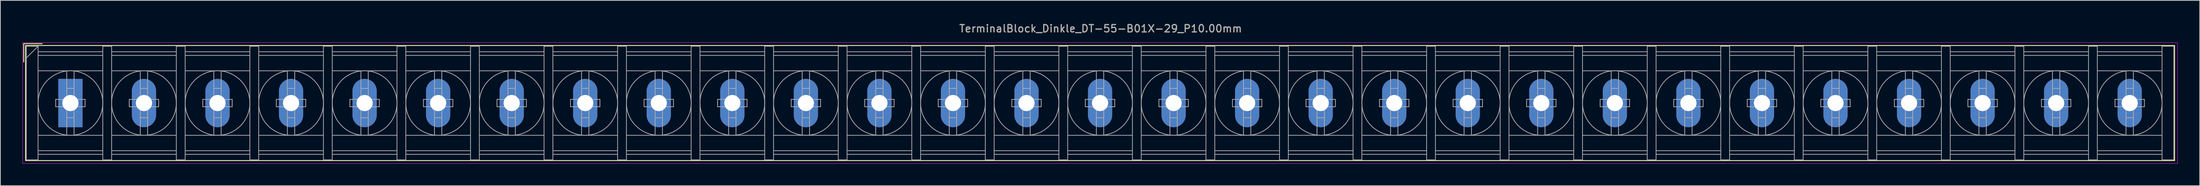
<source format=kicad_pcb>
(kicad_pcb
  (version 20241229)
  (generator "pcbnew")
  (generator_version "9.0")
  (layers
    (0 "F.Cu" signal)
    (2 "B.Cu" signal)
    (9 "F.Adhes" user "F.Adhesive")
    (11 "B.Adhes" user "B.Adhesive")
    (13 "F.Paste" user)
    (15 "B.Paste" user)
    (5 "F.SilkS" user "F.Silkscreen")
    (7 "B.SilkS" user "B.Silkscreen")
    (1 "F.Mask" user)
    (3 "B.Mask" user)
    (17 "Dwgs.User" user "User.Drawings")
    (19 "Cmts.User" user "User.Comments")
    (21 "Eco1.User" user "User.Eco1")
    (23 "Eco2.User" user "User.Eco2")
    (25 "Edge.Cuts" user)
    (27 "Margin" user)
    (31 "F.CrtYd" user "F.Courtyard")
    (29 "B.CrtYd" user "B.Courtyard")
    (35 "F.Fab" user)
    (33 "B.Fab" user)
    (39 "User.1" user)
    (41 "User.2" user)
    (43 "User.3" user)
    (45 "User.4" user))
  (footprint "TerminalBlock_Dinkle_DT-55-B01X-29_P10.00mm"
    (layer "F.Cu")
    (at 6.525 11.008)
    (property "Reference" "TerminalBlock_Dinkle_DT-55-B01X-29_P10.00mm" (at 140.08 -10.16 0) (layer "F.SilkS") (effects (font (size 1 1) (thickness 0.15))))
    (attr through_hole)
    (fp_line (start -6.35 -8.1) (end -3.85 -8.1) (stroke (width 0.12) (type solid)) (layer "F.SilkS"))
    (fp_line (start -6.35 -5.6) (end -6.35 -8.1) (stroke (width 0.12) (type solid)) (layer "F.SilkS"))
    (fp_line (start -6.1 -7.85) (end 286.1 -7.85) (stroke (width 0.12) (type solid)) (layer "F.SilkS"))
    (fp_line (start -6.1 7.85) (end -6.1 -7.85) (stroke (width 0.12) (type solid)) (layer "F.SilkS"))
    (fp_line (start -6.1 7.85) (end 286.1 7.85) (stroke (width 0.12) (type solid)) (layer "F.SilkS"))
    (fp_line (start 286.1 -7.85) (end 286.1 7.85) (stroke (width 0.12) (type solid)) (layer "F.SilkS"))
    (fp_line (start -6.5 -8.25) (end 286.5 -8.25) (stroke (width 0.05) (type solid)) (layer "F.CrtYd"))
    (fp_line (start -6.5 8.25) (end -6.5 -8.25) (stroke (width 0.05) (type solid)) (layer "F.CrtYd"))
    (fp_line (start -6.5 8.25) (end 286.5 8.25) (stroke (width 0.05) (type solid)) (layer "F.CrtYd"))
    (fp_line (start 286.5 -8.25) (end 286.5 8.25) (stroke (width 0.05) (type solid)) (layer "F.CrtYd"))
    (fp_line (start -6 -7.75) (end -6 7.75) (stroke (width 0.1) (type solid)) (layer "F.Fab"))
    (fp_line (start -6 -7.75) (end -4.4 -7.75) (stroke (width 0.1) (type solid)) (layer "F.Fab"))
    (fp_line (start -6 7.75) (end -4.4 7.75) (stroke (width 0.1) (type solid)) (layer "F.Fab"))
    (fp_line (start -4.4 -7.75) (end -6 -6.15) (stroke (width 0.1) (type solid)) (layer "F.Fab"))
    (fp_line (start -4.4 -7.75) (end -4.4 7.75) (stroke (width 0.1) (type solid)) (layer "F.Fab"))
    (fp_line (start -4.4 -7) (end 4.4 -7) (stroke (width 0.1) (type solid)) (layer "F.Fab"))
    (fp_line (start -4.4 -6.5) (end 4.4 -6.5) (stroke (width 0.1) (type solid)) (layer "F.Fab"))
    (fp_line (start -4.4 -4.4) (end 4.4 -4.4) (stroke (width 0.1) (type solid)) (layer "F.Fab"))
    (fp_line (start -4.4 4.4) (end 4.4 4.4) (stroke (width 0.1) (type solid)) (layer "F.Fab"))
    (fp_line (start -4.4 6.5) (end 4.4 6.5) (stroke (width 0.1) (type solid)) (layer "F.Fab"))
    (fp_line (start -4.4 7) (end 4.4 7) (stroke (width 0.1) (type solid)) (layer "F.Fab"))
    (fp_line (start -2 -0.5) (end -2 0.5) (stroke (width 0.1) (type solid)) (layer "F.Fab"))
    (fp_line (start -2 0.5) (end -0.5 0.5) (stroke (width 0.1) (type solid)) (layer "F.Fab"))
    (fp_line (start -0.5 -4.35) (end -0.5 -0.5) (stroke (width 0.1) (type solid)) (layer "F.Fab"))
    (fp_line (start -0.5 -2) (end 0.5 -2) (stroke (width 0.1) (type solid)) (layer "F.Fab"))
    (fp_line (start -0.5 -0.5) (end -2 -0.5) (stroke (width 0.1) (type solid)) (layer "F.Fab"))
    (fp_line (start -0.5 0.5) (end -0.5 4.35) (stroke (width 0.1) (type solid)) (layer "F.Fab"))
    (fp_line (start -0.5 2) (end 0.5 2) (stroke (width 0.1) (type solid)) (layer "F.Fab"))
    (fp_line (start 0.5 -4.35) (end 0.5 -0.5) (stroke (width 0.1) (type solid)) (layer "F.Fab"))
    (fp_line (start 0.5 -0.5) (end 2 -0.5) (stroke (width 0.1) (type solid)) (layer "F.Fab"))
    (fp_line (start 0.5 0.5) (end 0.5 4.35) (stroke (width 0.1) (type solid)) (layer "F.Fab"))
    (fp_line (start 2 -0.5) (end 2 0.5) (stroke (width 0.1) (type solid)) (layer "F.Fab"))
    (fp_line (start 2 0.5) (end 0.5 0.5) (stroke (width 0.1) (type solid)) (layer "F.Fab"))
    (fp_line (start 4.4 -7.75) (end 4.4 7.75) (stroke (width 0.1) (type solid)) (layer "F.Fab"))
    (fp_line (start 4.4 -7.75) (end 5.6 -7.75) (stroke (width 0.1) (type solid)) (layer "F.Fab"))
    (fp_line (start 4.4 7.75) (end 5.6 7.75) (stroke (width 0.1) (type solid)) (layer "F.Fab"))
    (fp_line (start 5.6 -7.75) (end 5.6 7.75) (stroke (width 0.1) (type solid)) (layer "F.Fab"))
    (fp_line (start 5.6 -7) (end 14.4 -7) (stroke (width 0.1) (type solid)) (layer "F.Fab"))
    (fp_line (start 5.6 -6.5) (end 14.4 -6.5) (stroke (width 0.1) (type solid)) (layer "F.Fab"))
    (fp_line (start 5.6 -4.4) (end 14.4 -4.4) (stroke (width 0.1) (type solid)) (layer "F.Fab"))
    (fp_line (start 5.6 4.4) (end 14.4 4.4) (stroke (width 0.1) (type solid)) (layer "F.Fab"))
    (fp_line (start 5.6 6.5) (end 14.4 6.5) (stroke (width 0.1) (type solid)) (layer "F.Fab"))
    (fp_line (start 5.6 7) (end 14.4 7) (stroke (width 0.1) (type solid)) (layer "F.Fab"))
    (fp_line (start 8 -0.5) (end 8 0.5) (stroke (width 0.1) (type solid)) (layer "F.Fab"))
    (fp_line (start 8 0.5) (end 9.5 0.5) (stroke (width 0.1) (type solid)) (layer "F.Fab"))
    (fp_line (start 9.5 -4.35) (end 9.5 -0.5) (stroke (width 0.1) (type solid)) (layer "F.Fab"))
    (fp_line (start 9.5 -2) (end 10.5 -2) (stroke (width 0.1) (type solid)) (layer "F.Fab"))
    (fp_line (start 9.5 -0.5) (end 8 -0.5) (stroke (width 0.1) (type solid)) (layer "F.Fab"))
    (fp_line (start 9.5 0.5) (end 9.5 4.35) (stroke (width 0.1) (type solid)) (layer "F.Fab"))
    (fp_line (start 9.5 2) (end 10.5 2) (stroke (width 0.1) (type solid)) (layer "F.Fab"))
    (fp_line (start 10.5 -4.35) (end 10.5 -0.5) (stroke (width 0.1) (type solid)) (layer "F.Fab"))
    (fp_line (start 10.5 -0.5) (end 12 -0.5) (stroke (width 0.1) (type solid)) (layer "F.Fab"))
    (fp_line (start 10.5 0.5) (end 10.5 4.35) (stroke (width 0.1) (type solid)) (layer "F.Fab"))
    (fp_line (start 12 -0.5) (end 12 0.5) (stroke (width 0.1) (type solid)) (layer "F.Fab"))
    (fp_line (start 12 0.5) (end 10.5 0.5) (stroke (width 0.1) (type solid)) (layer "F.Fab"))
    (fp_line (start 14.4 -7.75) (end 14.4 7.75) (stroke (width 0.1) (type solid)) (layer "F.Fab"))
    (fp_line (start 14.4 -7.75) (end 15.6 -7.75) (stroke (width 0.1) (type solid)) (layer "F.Fab"))
    (fp_line (start 14.4 7.75) (end 15.6 7.75) (stroke (width 0.1) (type solid)) (layer "F.Fab"))
    (fp_line (start 15.6 -7.75) (end 15.6 7.75) (stroke (width 0.1) (type solid)) (layer "F.Fab"))
    (fp_line (start 15.6 -7) (end 24.4 -7) (stroke (width 0.1) (type solid)) (layer "F.Fab"))
    (fp_line (start 15.6 -6.5) (end 24.4 -6.5) (stroke (width 0.1) (type solid)) (layer "F.Fab"))
    (fp_line (start 15.6 -4.4) (end 24.4 -4.4) (stroke (width 0.1) (type solid)) (layer "F.Fab"))
    (fp_line (start 15.6 4.4) (end 24.4 4.4) (stroke (width 0.1) (type solid)) (layer "F.Fab"))
    (fp_line (start 15.6 6.5) (end 24.4 6.5) (stroke (width 0.1) (type solid)) (layer "F.Fab"))
    (fp_line (start 15.6 7) (end 24.4 7) (stroke (width 0.1) (type solid)) (layer "F.Fab"))
    (fp_line (start 18 -0.5) (end 18 0.5) (stroke (width 0.1) (type solid)) (layer "F.Fab"))
    (fp_line (start 18 0.5) (end 19.5 0.5) (stroke (width 0.1) (type solid)) (layer "F.Fab"))
    (fp_line (start 19.5 -4.35) (end 19.5 -0.5) (stroke (width 0.1) (type solid)) (layer "F.Fab"))
    (fp_line (start 19.5 -2) (end 20.5 -2) (stroke (width 0.1) (type solid)) (layer "F.Fab"))
    (fp_line (start 19.5 -0.5) (end 18 -0.5) (stroke (width 0.1) (type solid)) (layer "F.Fab"))
    (fp_line (start 19.5 0.5) (end 19.5 4.35) (stroke (width 0.1) (type solid)) (layer "F.Fab"))
    (fp_line (start 19.5 2) (end 20.5 2) (stroke (width 0.1) (type solid)) (layer "F.Fab"))
    (fp_line (start 20.5 -4.35) (end 20.5 -0.5) (stroke (width 0.1) (type solid)) (layer "F.Fab"))
    (fp_line (start 20.5 -0.5) (end 22 -0.5) (stroke (width 0.1) (type solid)) (layer "F.Fab"))
    (fp_line (start 20.5 0.5) (end 20.5 4.35) (stroke (width 0.1) (type solid)) (layer "F.Fab"))
    (fp_line (start 22 -0.5) (end 22 0.5) (stroke (width 0.1) (type solid)) (layer "F.Fab"))
    (fp_line (start 22 0.5) (end 20.5 0.5) (stroke (width 0.1) (type solid)) (layer "F.Fab"))
    (fp_line (start 24.4 -7.75) (end 24.4 7.75) (stroke (width 0.1) (type solid)) (layer "F.Fab"))
    (fp_line (start 24.4 -7.75) (end 25.6 -7.75) (stroke (width 0.1) (type solid)) (layer "F.Fab"))
    (fp_line (start 24.4 7.75) (end 25.6 7.75) (stroke (width 0.1) (type solid)) (layer "F.Fab"))
    (fp_line (start 25.6 -7.75) (end 25.6 7.75) (stroke (width 0.1) (type solid)) (layer "F.Fab"))
    (fp_line (start 25.6 -7) (end 34.4 -7) (stroke (width 0.1) (type solid)) (layer "F.Fab"))
    (fp_line (start 25.6 -6.5) (end 34.4 -6.5) (stroke (width 0.1) (type solid)) (layer "F.Fab"))
    (fp_line (start 25.6 -4.4) (end 34.4 -4.4) (stroke (width 0.1) (type solid)) (layer "F.Fab"))
    (fp_line (start 25.6 4.4) (end 34.4 4.4) (stroke (width 0.1) (type solid)) (layer "F.Fab"))
    (fp_line (start 25.6 6.5) (end 34.4 6.5) (stroke (width 0.1) (type solid)) (layer "F.Fab"))
    (fp_line (start 25.6 7) (end 34.4 7) (stroke (width 0.1) (type solid)) (layer "F.Fab"))
    (fp_line (start 28 -0.5) (end 28 0.5) (stroke (width 0.1) (type solid)) (layer "F.Fab"))
    (fp_line (start 28 0.5) (end 29.5 0.5) (stroke (width 0.1) (type solid)) (layer "F.Fab"))
    (fp_line (start 29.5 -4.35) (end 29.5 -0.5) (stroke (width 0.1) (type solid)) (layer "F.Fab"))
    (fp_line (start 29.5 -2) (end 30.5 -2) (stroke (width 0.1) (type solid)) (layer "F.Fab"))
    (fp_line (start 29.5 -0.5) (end 28 -0.5) (stroke (width 0.1) (type solid)) (layer "F.Fab"))
    (fp_line (start 29.5 0.5) (end 29.5 4.35) (stroke (width 0.1) (type solid)) (layer "F.Fab"))
    (fp_line (start 29.5 2) (end 30.5 2) (stroke (width 0.1) (type solid)) (layer "F.Fab"))
    (fp_line (start 30.5 -4.35) (end 30.5 -0.5) (stroke (width 0.1) (type solid)) (layer "F.Fab"))
    (fp_line (start 30.5 -0.5) (end 32 -0.5) (stroke (width 0.1) (type solid)) (layer "F.Fab"))
    (fp_line (start 30.5 0.5) (end 30.5 4.35) (stroke (width 0.1) (type solid)) (layer "F.Fab"))
    (fp_line (start 32 -0.5) (end 32 0.5) (stroke (width 0.1) (type solid)) (layer "F.Fab"))
    (fp_line (start 32 0.5) (end 30.5 0.5) (stroke (width 0.1) (type solid)) (layer "F.Fab"))
    (fp_line (start 34.4 -7.75) (end 34.4 7.75) (stroke (width 0.1) (type solid)) (layer "F.Fab"))
    (fp_line (start 34.4 -7.75) (end 35.6 -7.75) (stroke (width 0.1) (type solid)) (layer "F.Fab"))
    (fp_line (start 34.4 7.75) (end 35.6 7.75) (stroke (width 0.1) (type solid)) (layer "F.Fab"))
    (fp_line (start 35.6 -7.75) (end 35.6 7.75) (stroke (width 0.1) (type solid)) (layer "F.Fab"))
    (fp_line (start 35.6 -7) (end 44.4 -7) (stroke (width 0.1) (type solid)) (layer "F.Fab"))
    (fp_line (start 35.6 -6.5) (end 44.4 -6.5) (stroke (width 0.1) (type solid)) (layer "F.Fab"))
    (fp_line (start 35.6 -4.4) (end 44.4 -4.4) (stroke (width 0.1) (type solid)) (layer "F.Fab"))
    (fp_line (start 35.6 4.4) (end 44.4 4.4) (stroke (width 0.1) (type solid)) (layer "F.Fab"))
    (fp_line (start 35.6 6.5) (end 44.4 6.5) (stroke (width 0.1) (type solid)) (layer "F.Fab"))
    (fp_line (start 35.6 7) (end 44.4 7) (stroke (width 0.1) (type solid)) (layer "F.Fab"))
    (fp_line (start 38 -0.5) (end 38 0.5) (stroke (width 0.1) (type solid)) (layer "F.Fab"))
    (fp_line (start 38 0.5) (end 39.5 0.5) (stroke (width 0.1) (type solid)) (layer "F.Fab"))
    (fp_line (start 39.5 -4.35) (end 39.5 -0.5) (stroke (width 0.1) (type solid)) (layer "F.Fab"))
    (fp_line (start 39.5 -2) (end 40.5 -2) (stroke (width 0.1) (type solid)) (layer "F.Fab"))
    (fp_line (start 39.5 -0.5) (end 38 -0.5) (stroke (width 0.1) (type solid)) (layer "F.Fab"))
    (fp_line (start 39.5 0.5) (end 39.5 4.35) (stroke (width 0.1) (type solid)) (layer "F.Fab"))
    (fp_line (start 39.5 2) (end 40.5 2) (stroke (width 0.1) (type solid)) (layer "F.Fab"))
    (fp_line (start 40.5 -4.35) (end 40.5 -0.5) (stroke (width 0.1) (type solid)) (layer "F.Fab"))
    (fp_line (start 40.5 -0.5) (end 42 -0.5) (stroke (width 0.1) (type solid)) (layer "F.Fab"))
    (fp_line (start 40.5 0.5) (end 40.5 4.35) (stroke (width 0.1) (type solid)) (layer "F.Fab"))
    (fp_line (start 42 -0.5) (end 42 0.5) (stroke (width 0.1) (type solid)) (layer "F.Fab"))
    (fp_line (start 42 0.5) (end 40.5 0.5) (stroke (width 0.1) (type solid)) (layer "F.Fab"))
    (fp_line (start 44.4 -7.75) (end 44.4 7.75) (stroke (width 0.1) (type solid)) (layer "F.Fab"))
    (fp_line (start 44.4 -7.75) (end 45.6 -7.75) (stroke (width 0.1) (type solid)) (layer "F.Fab"))
    (fp_line (start 44.4 7.75) (end 45.6 7.75) (stroke (width 0.1) (type solid)) (layer "F.Fab"))
    (fp_line (start 45.6 -7.75) (end 45.6 7.75) (stroke (width 0.1) (type solid)) (layer "F.Fab"))
    (fp_line (start 45.6 -7) (end 54.4 -7) (stroke (width 0.1) (type solid)) (layer "F.Fab"))
    (fp_line (start 45.6 -6.5) (end 54.4 -6.5) (stroke (width 0.1) (type solid)) (layer "F.Fab"))
    (fp_line (start 45.6 -4.4) (end 54.4 -4.4) (stroke (width 0.1) (type solid)) (layer "F.Fab"))
    (fp_line (start 45.6 4.4) (end 54.4 4.4) (stroke (width 0.1) (type solid)) (layer "F.Fab"))
    (fp_line (start 45.6 6.5) (end 54.4 6.5) (stroke (width 0.1) (type solid)) (layer "F.Fab"))
    (fp_line (start 45.6 7) (end 54.4 7) (stroke (width 0.1) (type solid)) (layer "F.Fab"))
    (fp_line (start 48 -0.5) (end 48 0.5) (stroke (width 0.1) (type solid)) (layer "F.Fab"))
    (fp_line (start 48 0.5) (end 49.5 0.5) (stroke (width 0.1) (type solid)) (layer "F.Fab"))
    (fp_line (start 49.5 -4.35) (end 49.5 -0.5) (stroke (width 0.1) (type solid)) (layer "F.Fab"))
    (fp_line (start 49.5 -2) (end 50.5 -2) (stroke (width 0.1) (type solid)) (layer "F.Fab"))
    (fp_line (start 49.5 -0.5) (end 48 -0.5) (stroke (width 0.1) (type solid)) (layer "F.Fab"))
    (fp_line (start 49.5 0.5) (end 49.5 4.35) (stroke (width 0.1) (type solid)) (layer "F.Fab"))
    (fp_line (start 49.5 2) (end 50.5 2) (stroke (width 0.1) (type solid)) (layer "F.Fab"))
    (fp_line (start 50.5 -4.35) (end 50.5 -0.5) (stroke (width 0.1) (type solid)) (layer "F.Fab"))
    (fp_line (start 50.5 -0.5) (end 52 -0.5) (stroke (width 0.1) (type solid)) (layer "F.Fab"))
    (fp_line (start 50.5 0.5) (end 50.5 4.35) (stroke (width 0.1) (type solid)) (layer "F.Fab"))
    (fp_line (start 52 -0.5) (end 52 0.5) (stroke (width 0.1) (type solid)) (layer "F.Fab"))
    (fp_line (start 52 0.5) (end 50.5 0.5) (stroke (width 0.1) (type solid)) (layer "F.Fab"))
    (fp_line (start 54.4 -7.75) (end 54.4 7.75) (stroke (width 0.1) (type solid)) (layer "F.Fab"))
    (fp_line (start 54.4 -7.75) (end 55.6 -7.75) (stroke (width 0.1) (type solid)) (layer "F.Fab"))
    (fp_line (start 54.4 7.75) (end 55.6 7.75) (stroke (width 0.1) (type solid)) (layer "F.Fab"))
    (fp_line (start 55.6 -7.75) (end 55.6 7.75) (stroke (width 0.1) (type solid)) (layer "F.Fab"))
    (fp_line (start 55.6 -7) (end 64.4 -7) (stroke (width 0.1) (type solid)) (layer "F.Fab"))
    (fp_line (start 55.6 -6.5) (end 64.4 -6.5) (stroke (width 0.1) (type solid)) (layer "F.Fab"))
    (fp_line (start 55.6 -4.4) (end 64.4 -4.4) (stroke (width 0.1) (type solid)) (layer "F.Fab"))
    (fp_line (start 55.6 4.4) (end 64.4 4.4) (stroke (width 0.1) (type solid)) (layer "F.Fab"))
    (fp_line (start 55.6 6.5) (end 64.4 6.5) (stroke (width 0.1) (type solid)) (layer "F.Fab"))
    (fp_line (start 55.6 7) (end 64.4 7) (stroke (width 0.1) (type solid)) (layer "F.Fab"))
    (fp_line (start 58 -0.5) (end 58 0.5) (stroke (width 0.1) (type solid)) (layer "F.Fab"))
    (fp_line (start 58 0.5) (end 59.5 0.5) (stroke (width 0.1) (type solid)) (layer "F.Fab"))
    (fp_line (start 59.5 -4.35) (end 59.5 -0.5) (stroke (width 0.1) (type solid)) (layer "F.Fab"))
    (fp_line (start 59.5 -2) (end 60.5 -2) (stroke (width 0.1) (type solid)) (layer "F.Fab"))
    (fp_line (start 59.5 -0.5) (end 58 -0.5) (stroke (width 0.1) (type solid)) (layer "F.Fab"))
    (fp_line (start 59.5 0.5) (end 59.5 4.35) (stroke (width 0.1) (type solid)) (layer "F.Fab"))
    (fp_line (start 59.5 2) (end 60.5 2) (stroke (width 0.1) (type solid)) (layer "F.Fab"))
    (fp_line (start 60.5 -4.35) (end 60.5 -0.5) (stroke (width 0.1) (type solid)) (layer "F.Fab"))
    (fp_line (start 60.5 -0.5) (end 62 -0.5) (stroke (width 0.1) (type solid)) (layer "F.Fab"))
    (fp_line (start 60.5 0.5) (end 60.5 4.35) (stroke (width 0.1) (type solid)) (layer "F.Fab"))
    (fp_line (start 62 -0.5) (end 62 0.5) (stroke (width 0.1) (type solid)) (layer "F.Fab"))
    (fp_line (start 62 0.5) (end 60.5 0.5) (stroke (width 0.1) (type solid)) (layer "F.Fab"))
    (fp_line (start 64.4 -7.75) (end 64.4 7.75) (stroke (width 0.1) (type solid)) (layer "F.Fab"))
    (fp_line (start 64.4 -7.75) (end 65.6 -7.75) (stroke (width 0.1) (type solid)) (layer "F.Fab"))
    (fp_line (start 64.4 7.75) (end 65.6 7.75) (stroke (width 0.1) (type solid)) (layer "F.Fab"))
    (fp_line (start 65.6 -7.75) (end 65.6 7.75) (stroke (width 0.1) (type solid)) (layer "F.Fab"))
    (fp_line (start 65.6 -7) (end 74.4 -7) (stroke (width 0.1) (type solid)) (layer "F.Fab"))
    (fp_line (start 65.6 -6.5) (end 74.4 -6.5) (stroke (width 0.1) (type solid)) (layer "F.Fab"))
    (fp_line (start 65.6 -4.4) (end 74.4 -4.4) (stroke (width 0.1) (type solid)) (layer "F.Fab"))
    (fp_line (start 65.6 4.4) (end 74.4 4.4) (stroke (width 0.1) (type solid)) (layer "F.Fab"))
    (fp_line (start 65.6 6.5) (end 74.4 6.5) (stroke (width 0.1) (type solid)) (layer "F.Fab"))
    (fp_line (start 65.6 7) (end 74.4 7) (stroke (width 0.1) (type solid)) (layer "F.Fab"))
    (fp_line (start 68 -0.5) (end 68 0.5) (stroke (width 0.1) (type solid)) (layer "F.Fab"))
    (fp_line (start 68 0.5) (end 69.5 0.5) (stroke (width 0.1) (type solid)) (layer "F.Fab"))
    (fp_line (start 69.5 -4.35) (end 69.5 -0.5) (stroke (width 0.1) (type solid)) (layer "F.Fab"))
    (fp_line (start 69.5 -2) (end 70.5 -2) (stroke (width 0.1) (type solid)) (layer "F.Fab"))
    (fp_line (start 69.5 -0.5) (end 68 -0.5) (stroke (width 0.1) (type solid)) (layer "F.Fab"))
    (fp_line (start 69.5 0.5) (end 69.5 4.35) (stroke (width 0.1) (type solid)) (layer "F.Fab"))
    (fp_line (start 69.5 2) (end 70.5 2) (stroke (width 0.1) (type solid)) (layer "F.Fab"))
    (fp_line (start 70.5 -4.35) (end 70.5 -0.5) (stroke (width 0.1) (type solid)) (layer "F.Fab"))
    (fp_line (start 70.5 -0.5) (end 72 -0.5) (stroke (width 0.1) (type solid)) (layer "F.Fab"))
    (fp_line (start 70.5 0.5) (end 70.5 4.35) (stroke (width 0.1) (type solid)) (layer "F.Fab"))
    (fp_line (start 72 -0.5) (end 72 0.5) (stroke (width 0.1) (type solid)) (layer "F.Fab"))
    (fp_line (start 72 0.5) (end 70.5 0.5) (stroke (width 0.1) (type solid)) (layer "F.Fab"))
    (fp_line (start 74.4 -7.75) (end 74.4 7.75) (stroke (width 0.1) (type solid)) (layer "F.Fab"))
    (fp_line (start 74.4 -7.75) (end 75.6 -7.75) (stroke (width 0.1) (type solid)) (layer "F.Fab"))
    (fp_line (start 74.4 7.75) (end 75.6 7.75) (stroke (width 0.1) (type solid)) (layer "F.Fab"))
    (fp_line (start 75.6 -7.75) (end 75.6 7.75) (stroke (width 0.1) (type solid)) (layer "F.Fab"))
    (fp_line (start 75.6 -7) (end 84.4 -7) (stroke (width 0.1) (type solid)) (layer "F.Fab"))
    (fp_line (start 75.6 -6.5) (end 84.4 -6.5) (stroke (width 0.1) (type solid)) (layer "F.Fab"))
    (fp_line (start 75.6 -4.4) (end 84.4 -4.4) (stroke (width 0.1) (type solid)) (layer "F.Fab"))
    (fp_line (start 75.6 4.4) (end 84.4 4.4) (stroke (width 0.1) (type solid)) (layer "F.Fab"))
    (fp_line (start 75.6 6.5) (end 84.4 6.5) (stroke (width 0.1) (type solid)) (layer "F.Fab"))
    (fp_line (start 75.6 7) (end 84.4 7) (stroke (width 0.1) (type solid)) (layer "F.Fab"))
    (fp_line (start 78 -0.5) (end 78 0.5) (stroke (width 0.1) (type solid)) (layer "F.Fab"))
    (fp_line (start 78 0.5) (end 79.5 0.5) (stroke (width 0.1) (type solid)) (layer "F.Fab"))
    (fp_line (start 79.5 -4.35) (end 79.5 -0.5) (stroke (width 0.1) (type solid)) (layer "F.Fab"))
    (fp_line (start 79.5 -2) (end 80.5 -2) (stroke (width 0.1) (type solid)) (layer "F.Fab"))
    (fp_line (start 79.5 -0.5) (end 78 -0.5) (stroke (width 0.1) (type solid)) (layer "F.Fab"))
    (fp_line (start 79.5 0.5) (end 79.5 4.35) (stroke (width 0.1) (type solid)) (layer "F.Fab"))
    (fp_line (start 79.5 2) (end 80.5 2) (stroke (width 0.1) (type solid)) (layer "F.Fab"))
    (fp_line (start 80.5 -4.35) (end 80.5 -0.5) (stroke (width 0.1) (type solid)) (layer "F.Fab"))
    (fp_line (start 80.5 -0.5) (end 82 -0.5) (stroke (width 0.1) (type solid)) (layer "F.Fab"))
    (fp_line (start 80.5 0.5) (end 80.5 4.35) (stroke (width 0.1) (type solid)) (layer "F.Fab"))
    (fp_line (start 82 -0.5) (end 82 0.5) (stroke (width 0.1) (type solid)) (layer "F.Fab"))
    (fp_line (start 82 0.5) (end 80.5 0.5) (stroke (width 0.1) (type solid)) (layer "F.Fab"))
    (fp_line (start 84.4 -7.75) (end 84.4 7.75) (stroke (width 0.1) (type solid)) (layer "F.Fab"))
    (fp_line (start 84.4 -7.75) (end 85.6 -7.75) (stroke (width 0.1) (type solid)) (layer "F.Fab"))
    (fp_line (start 84.4 7.75) (end 85.6 7.75) (stroke (width 0.1) (type solid)) (layer "F.Fab"))
    (fp_line (start 85.6 -7.75) (end 85.6 7.75) (stroke (width 0.1) (type solid)) (layer "F.Fab"))
    (fp_line (start 85.6 -7) (end 94.4 -7) (stroke (width 0.1) (type solid)) (layer "F.Fab"))
    (fp_line (start 85.6 -6.5) (end 94.4 -6.5) (stroke (width 0.1) (type solid)) (layer "F.Fab"))
    (fp_line (start 85.6 -4.4) (end 94.4 -4.4) (stroke (width 0.1) (type solid)) (layer "F.Fab"))
    (fp_line (start 85.6 4.4) (end 94.4 4.4) (stroke (width 0.1) (type solid)) (layer "F.Fab"))
    (fp_line (start 85.6 6.5) (end 94.4 6.5) (stroke (width 0.1) (type solid)) (layer "F.Fab"))
    (fp_line (start 85.6 7) (end 94.4 7) (stroke (width 0.1) (type solid)) (layer "F.Fab"))
    (fp_line (start 88 -0.5) (end 88 0.5) (stroke (width 0.1) (type solid)) (layer "F.Fab"))
    (fp_line (start 88 0.5) (end 89.5 0.5) (stroke (width 0.1) (type solid)) (layer "F.Fab"))
    (fp_line (start 89.5 -4.35) (end 89.5 -0.5) (stroke (width 0.1) (type solid)) (layer "F.Fab"))
    (fp_line (start 89.5 -2) (end 90.5 -2) (stroke (width 0.1) (type solid)) (layer "F.Fab"))
    (fp_line (start 89.5 -0.5) (end 88 -0.5) (stroke (width 0.1) (type solid)) (layer "F.Fab"))
    (fp_line (start 89.5 0.5) (end 89.5 4.35) (stroke (width 0.1) (type solid)) (layer "F.Fab"))
    (fp_line (start 89.5 2) (end 90.5 2) (stroke (width 0.1) (type solid)) (layer "F.Fab"))
    (fp_line (start 90.5 -4.35) (end 90.5 -0.5) (stroke (width 0.1) (type solid)) (layer "F.Fab"))
    (fp_line (start 90.5 -0.5) (end 92 -0.5) (stroke (width 0.1) (type solid)) (layer "F.Fab"))
    (fp_line (start 90.5 0.5) (end 90.5 4.35) (stroke (width 0.1) (type solid)) (layer "F.Fab"))
    (fp_line (start 92 -0.5) (end 92 0.5) (stroke (width 0.1) (type solid)) (layer "F.Fab"))
    (fp_line (start 92 0.5) (end 90.5 0.5) (stroke (width 0.1) (type solid)) (layer "F.Fab"))
    (fp_line (start 94.4 -7.75) (end 94.4 7.75) (stroke (width 0.1) (type solid)) (layer "F.Fab"))
    (fp_line (start 94.4 -7.75) (end 95.6 -7.75) (stroke (width 0.1) (type solid)) (layer "F.Fab"))
    (fp_line (start 94.4 7.75) (end 95.6 7.75) (stroke (width 0.1) (type solid)) (layer "F.Fab"))
    (fp_line (start 95.6 -7.75) (end 95.6 7.75) (stroke (width 0.1) (type solid)) (layer "F.Fab"))
    (fp_line (start 95.6 -7) (end 104.4 -7) (stroke (width 0.1) (type solid)) (layer "F.Fab"))
    (fp_line (start 95.6 -6.5) (end 104.4 -6.5) (stroke (width 0.1) (type solid)) (layer "F.Fab"))
    (fp_line (start 95.6 -4.4) (end 104.4 -4.4) (stroke (width 0.1) (type solid)) (layer "F.Fab"))
    (fp_line (start 95.6 4.4) (end 104.4 4.4) (stroke (width 0.1) (type solid)) (layer "F.Fab"))
    (fp_line (start 95.6 6.5) (end 104.4 6.5) (stroke (width 0.1) (type solid)) (layer "F.Fab"))
    (fp_line (start 95.6 7) (end 104.4 7) (stroke (width 0.1) (type solid)) (layer "F.Fab"))
    (fp_line (start 98 -0.5) (end 98 0.5) (stroke (width 0.1) (type solid)) (layer "F.Fab"))
    (fp_line (start 98 0.5) (end 99.5 0.5) (stroke (width 0.1) (type solid)) (layer "F.Fab"))
    (fp_line (start 99.5 -4.35) (end 99.5 -0.5) (stroke (width 0.1) (type solid)) (layer "F.Fab"))
    (fp_line (start 99.5 -2) (end 100.5 -2) (stroke (width 0.1) (type solid)) (layer "F.Fab"))
    (fp_line (start 99.5 -0.5) (end 98 -0.5) (stroke (width 0.1) (type solid)) (layer "F.Fab"))
    (fp_line (start 99.5 0.5) (end 99.5 4.35) (stroke (width 0.1) (type solid)) (layer "F.Fab"))
    (fp_line (start 99.5 2) (end 100.5 2) (stroke (width 0.1) (type solid)) (layer "F.Fab"))
    (fp_line (start 100.5 -4.35) (end 100.5 -0.5) (stroke (width 0.1) (type solid)) (layer "F.Fab"))
    (fp_line (start 100.5 -0.5) (end 102 -0.5) (stroke (width 0.1) (type solid)) (layer "F.Fab"))
    (fp_line (start 100.5 0.5) (end 100.5 4.35) (stroke (width 0.1) (type solid)) (layer "F.Fab"))
    (fp_line (start 102 -0.5) (end 102 0.5) (stroke (width 0.1) (type solid)) (layer "F.Fab"))
    (fp_line (start 102 0.5) (end 100.5 0.5) (stroke (width 0.1) (type solid)) (layer "F.Fab"))
    (fp_line (start 104.4 -7.75) (end 104.4 7.75) (stroke (width 0.1) (type solid)) (layer "F.Fab"))
    (fp_line (start 104.4 -7.75) (end 105.6 -7.75) (stroke (width 0.1) (type solid)) (layer "F.Fab"))
    (fp_line (start 104.4 7.75) (end 105.6 7.75) (stroke (width 0.1) (type solid)) (layer "F.Fab"))
    (fp_line (start 105.6 -7.75) (end 105.6 7.75) (stroke (width 0.1) (type solid)) (layer "F.Fab"))
    (fp_line (start 105.6 -7) (end 114.4 -7) (stroke (width 0.1) (type solid)) (layer "F.Fab"))
    (fp_line (start 105.6 -6.5) (end 114.4 -6.5) (stroke (width 0.1) (type solid)) (layer "F.Fab"))
    (fp_line (start 105.6 -4.4) (end 114.4 -4.4) (stroke (width 0.1) (type solid)) (layer "F.Fab"))
    (fp_line (start 105.6 4.4) (end 114.4 4.4) (stroke (width 0.1) (type solid)) (layer "F.Fab"))
    (fp_line (start 105.6 6.5) (end 114.4 6.5) (stroke (width 0.1) (type solid)) (layer "F.Fab"))
    (fp_line (start 105.6 7) (end 114.4 7) (stroke (width 0.1) (type solid)) (layer "F.Fab"))
    (fp_line (start 108 -0.5) (end 108 0.5) (stroke (width 0.1) (type solid)) (layer "F.Fab"))
    (fp_line (start 108 0.5) (end 109.5 0.5) (stroke (width 0.1) (type solid)) (layer "F.Fab"))
    (fp_line (start 109.5 -4.35) (end 109.5 -0.5) (stroke (width 0.1) (type solid)) (layer "F.Fab"))
    (fp_line (start 109.5 -2) (end 110.5 -2) (stroke (width 0.1) (type solid)) (layer "F.Fab"))
    (fp_line (start 109.5 -0.5) (end 108 -0.5) (stroke (width 0.1) (type solid)) (layer "F.Fab"))
    (fp_line (start 109.5 0.5) (end 109.5 4.35) (stroke (width 0.1) (type solid)) (layer "F.Fab"))
    (fp_line (start 109.5 2) (end 110.5 2) (stroke (width 0.1) (type solid)) (layer "F.Fab"))
    (fp_line (start 110.5 -4.35) (end 110.5 -0.5) (stroke (width 0.1) (type solid)) (layer "F.Fab"))
    (fp_line (start 110.5 -0.5) (end 112 -0.5) (stroke (width 0.1) (type solid)) (layer "F.Fab"))
    (fp_line (start 110.5 0.5) (end 110.5 4.35) (stroke (width 0.1) (type solid)) (layer "F.Fab"))
    (fp_line (start 112 -0.5) (end 112 0.5) (stroke (width 0.1) (type solid)) (layer "F.Fab"))
    (fp_line (start 112 0.5) (end 110.5 0.5) (stroke (width 0.1) (type solid)) (layer "F.Fab"))
    (fp_line (start 114.4 -7.75) (end 114.4 7.75) (stroke (width 0.1) (type solid)) (layer "F.Fab"))
    (fp_line (start 114.4 -7.75) (end 115.6 -7.75) (stroke (width 0.1) (type solid)) (layer "F.Fab"))
    (fp_line (start 114.4 7.75) (end 115.6 7.75) (stroke (width 0.1) (type solid)) (layer "F.Fab"))
    (fp_line (start 115.6 -7.75) (end 115.6 7.75) (stroke (width 0.1) (type solid)) (layer "F.Fab"))
    (fp_line (start 115.6 -7) (end 124.4 -7) (stroke (width 0.1) (type solid)) (layer "F.Fab"))
    (fp_line (start 115.6 -6.5) (end 124.4 -6.5) (stroke (width 0.1) (type solid)) (layer "F.Fab"))
    (fp_line (start 115.6 -4.4) (end 124.4 -4.4) (stroke (width 0.1) (type solid)) (layer "F.Fab"))
    (fp_line (start 115.6 4.4) (end 124.4 4.4) (stroke (width 0.1) (type solid)) (layer "F.Fab"))
    (fp_line (start 115.6 6.5) (end 124.4 6.5) (stroke (width 0.1) (type solid)) (layer "F.Fab"))
    (fp_line (start 115.6 7) (end 124.4 7) (stroke (width 0.1) (type solid)) (layer "F.Fab"))
    (fp_line (start 118 -0.5) (end 118 0.5) (stroke (width 0.1) (type solid)) (layer "F.Fab"))
    (fp_line (start 118 0.5) (end 119.5 0.5) (stroke (width 0.1) (type solid)) (layer "F.Fab"))
    (fp_line (start 119.5 -4.35) (end 119.5 -0.5) (stroke (width 0.1) (type solid)) (layer "F.Fab"))
    (fp_line (start 119.5 -2) (end 120.5 -2) (stroke (width 0.1) (type solid)) (layer "F.Fab"))
    (fp_line (start 119.5 -0.5) (end 118 -0.5) (stroke (width 0.1) (type solid)) (layer "F.Fab"))
    (fp_line (start 119.5 0.5) (end 119.5 4.35) (stroke (width 0.1) (type solid)) (layer "F.Fab"))
    (fp_line (start 119.5 2) (end 120.5 2) (stroke (width 0.1) (type solid)) (layer "F.Fab"))
    (fp_line (start 120.5 -4.35) (end 120.5 -0.5) (stroke (width 0.1) (type solid)) (layer "F.Fab"))
    (fp_line (start 120.5 -0.5) (end 122 -0.5) (stroke (width 0.1) (type solid)) (layer "F.Fab"))
    (fp_line (start 120.5 0.5) (end 120.5 4.35) (stroke (width 0.1) (type solid)) (layer "F.Fab"))
    (fp_line (start 122 -0.5) (end 122 0.5) (stroke (width 0.1) (type solid)) (layer "F.Fab"))
    (fp_line (start 122 0.5) (end 120.5 0.5) (stroke (width 0.1) (type solid)) (layer "F.Fab"))
    (fp_line (start 124.4 -7.75) (end 124.4 7.75) (stroke (width 0.1) (type solid)) (layer "F.Fab"))
    (fp_line (start 124.4 -7.75) (end 125.6 -7.75) (stroke (width 0.1) (type solid)) (layer "F.Fab"))
    (fp_line (start 124.4 7.75) (end 125.6 7.75) (stroke (width 0.1) (type solid)) (layer "F.Fab"))
    (fp_line (start 125.6 -7.75) (end 125.6 7.75) (stroke (width 0.1) (type solid)) (layer "F.Fab"))
    (fp_line (start 125.6 -7) (end 134.4 -7) (stroke (width 0.1) (type solid)) (layer "F.Fab"))
    (fp_line (start 125.6 -6.5) (end 134.4 -6.5) (stroke (width 0.1) (type solid)) (layer "F.Fab"))
    (fp_line (start 125.6 -4.4) (end 134.4 -4.4) (stroke (width 0.1) (type solid)) (layer "F.Fab"))
    (fp_line (start 125.6 4.4) (end 134.4 4.4) (stroke (width 0.1) (type solid)) (layer "F.Fab"))
    (fp_line (start 125.6 6.5) (end 134.4 6.5) (stroke (width 0.1) (type solid)) (layer "F.Fab"))
    (fp_line (start 125.6 7) (end 134.4 7) (stroke (width 0.1) (type solid)) (layer "F.Fab"))
    (fp_line (start 128 -0.5) (end 128 0.5) (stroke (width 0.1) (type solid)) (layer "F.Fab"))
    (fp_line (start 128 0.5) (end 129.5 0.5) (stroke (width 0.1) (type solid)) (layer "F.Fab"))
    (fp_line (start 129.5 -4.35) (end 129.5 -0.5) (stroke (width 0.1) (type solid)) (layer "F.Fab"))
    (fp_line (start 129.5 -2) (end 130.5 -2) (stroke (width 0.1) (type solid)) (layer "F.Fab"))
    (fp_line (start 129.5 -0.5) (end 128 -0.5) (stroke (width 0.1) (type solid)) (layer "F.Fab"))
    (fp_line (start 129.5 0.5) (end 129.5 4.35) (stroke (width 0.1) (type solid)) (layer "F.Fab"))
    (fp_line (start 129.5 2) (end 130.5 2) (stroke (width 0.1) (type solid)) (layer "F.Fab"))
    (fp_line (start 130.5 -4.35) (end 130.5 -0.5) (stroke (width 0.1) (type solid)) (layer "F.Fab"))
    (fp_line (start 130.5 -0.5) (end 132 -0.5) (stroke (width 0.1) (type solid)) (layer "F.Fab"))
    (fp_line (start 130.5 0.5) (end 130.5 4.35) (stroke (width 0.1) (type solid)) (layer "F.Fab"))
    (fp_line (start 132 -0.5) (end 132 0.5) (stroke (width 0.1) (type solid)) (layer "F.Fab"))
    (fp_line (start 132 0.5) (end 130.5 0.5) (stroke (width 0.1) (type solid)) (layer "F.Fab"))
    (fp_line (start 134.4 -7.75) (end 134.4 7.75) (stroke (width 0.1) (type solid)) (layer "F.Fab"))
    (fp_line (start 134.4 -7.75) (end 135.6 -7.75) (stroke (width 0.1) (type solid)) (layer "F.Fab"))
    (fp_line (start 134.4 7.75) (end 135.6 7.75) (stroke (width 0.1) (type solid)) (layer "F.Fab"))
    (fp_line (start 135.6 -7.75) (end 135.6 7.75) (stroke (width 0.1) (type solid)) (layer "F.Fab"))
    (fp_line (start 135.6 -7) (end 144.4 -7) (stroke (width 0.1) (type solid)) (layer "F.Fab"))
    (fp_line (start 135.6 -6.5) (end 144.4 -6.5) (stroke (width 0.1) (type solid)) (layer "F.Fab"))
    (fp_line (start 135.6 -4.4) (end 144.4 -4.4) (stroke (width 0.1) (type solid)) (layer "F.Fab"))
    (fp_line (start 135.6 4.4) (end 144.4 4.4) (stroke (width 0.1) (type solid)) (layer "F.Fab"))
    (fp_line (start 135.6 6.5) (end 144.4 6.5) (stroke (width 0.1) (type solid)) (layer "F.Fab"))
    (fp_line (start 135.6 7) (end 144.4 7) (stroke (width 0.1) (type solid)) (layer "F.Fab"))
    (fp_line (start 138 -0.5) (end 138 0.5) (stroke (width 0.1) (type solid)) (layer "F.Fab"))
    (fp_line (start 138 0.5) (end 139.5 0.5) (stroke (width 0.1) (type solid)) (layer "F.Fab"))
    (fp_line (start 139.5 -4.35) (end 139.5 -0.5) (stroke (width 0.1) (type solid)) (layer "F.Fab"))
    (fp_line (start 139.5 -2) (end 140.5 -2) (stroke (width 0.1) (type solid)) (layer "F.Fab"))
    (fp_line (start 139.5 -0.5) (end 138 -0.5) (stroke (width 0.1) (type solid)) (layer "F.Fab"))
    (fp_line (start 139.5 0.5) (end 139.5 4.35) (stroke (width 0.1) (type solid)) (layer "F.Fab"))
    (fp_line (start 139.5 2) (end 140.5 2) (stroke (width 0.1) (type solid)) (layer "F.Fab"))
    (fp_line (start 140.5 -4.35) (end 140.5 -0.5) (stroke (width 0.1) (type solid)) (layer "F.Fab"))
    (fp_line (start 140.5 -0.5) (end 142 -0.5) (stroke (width 0.1) (type solid)) (layer "F.Fab"))
    (fp_line (start 140.5 0.5) (end 140.5 4.35) (stroke (width 0.1) (type solid)) (layer "F.Fab"))
    (fp_line (start 142 -0.5) (end 142 0.5) (stroke (width 0.1) (type solid)) (layer "F.Fab"))
    (fp_line (start 142 0.5) (end 140.5 0.5) (stroke (width 0.1) (type solid)) (layer "F.Fab"))
    (fp_line (start 144.4 -7.75) (end 144.4 7.75) (stroke (width 0.1) (type solid)) (layer "F.Fab"))
    (fp_line (start 144.4 -7.75) (end 145.6 -7.75) (stroke (width 0.1) (type solid)) (layer "F.Fab"))
    (fp_line (start 144.4 7.75) (end 145.6 7.75) (stroke (width 0.1) (type solid)) (layer "F.Fab"))
    (fp_line (start 145.6 -7.75) (end 145.6 7.75) (stroke (width 0.1) (type solid)) (layer "F.Fab"))
    (fp_line (start 145.6 -7) (end 154.4 -7) (stroke (width 0.1) (type solid)) (layer "F.Fab"))
    (fp_line (start 145.6 -6.5) (end 154.4 -6.5) (stroke (width 0.1) (type solid)) (layer "F.Fab"))
    (fp_line (start 145.6 -4.4) (end 154.4 -4.4) (stroke (width 0.1) (type solid)) (layer "F.Fab"))
    (fp_line (start 145.6 4.4) (end 154.4 4.4) (stroke (width 0.1) (type solid)) (layer "F.Fab"))
    (fp_line (start 145.6 6.5) (end 154.4 6.5) (stroke (width 0.1) (type solid)) (layer "F.Fab"))
    (fp_line (start 145.6 7) (end 154.4 7) (stroke (width 0.1) (type solid)) (layer "F.Fab"))
    (fp_line (start 148 -0.5) (end 148 0.5) (stroke (width 0.1) (type solid)) (layer "F.Fab"))
    (fp_line (start 148 0.5) (end 149.5 0.5) (stroke (width 0.1) (type solid)) (layer "F.Fab"))
    (fp_line (start 149.5 -4.35) (end 149.5 -0.5) (stroke (width 0.1) (type solid)) (layer "F.Fab"))
    (fp_line (start 149.5 -2) (end 150.5 -2) (stroke (width 0.1) (type solid)) (layer "F.Fab"))
    (fp_line (start 149.5 -0.5) (end 148 -0.5) (stroke (width 0.1) (type solid)) (layer "F.Fab"))
    (fp_line (start 149.5 0.5) (end 149.5 4.35) (stroke (width 0.1) (type solid)) (layer "F.Fab"))
    (fp_line (start 149.5 2) (end 150.5 2) (stroke (width 0.1) (type solid)) (layer "F.Fab"))
    (fp_line (start 150.5 -4.35) (end 150.5 -0.5) (stroke (width 0.1) (type solid)) (layer "F.Fab"))
    (fp_line (start 150.5 -0.5) (end 152 -0.5) (stroke (width 0.1) (type solid)) (layer "F.Fab"))
    (fp_line (start 150.5 0.5) (end 150.5 4.35) (stroke (width 0.1) (type solid)) (layer "F.Fab"))
    (fp_line (start 152 -0.5) (end 152 0.5) (stroke (width 0.1) (type solid)) (layer "F.Fab"))
    (fp_line (start 152 0.5) (end 150.5 0.5) (stroke (width 0.1) (type solid)) (layer "F.Fab"))
    (fp_line (start 154.4 -7.75) (end 154.4 7.75) (stroke (width 0.1) (type solid)) (layer "F.Fab"))
    (fp_line (start 154.4 -7.75) (end 155.6 -7.75) (stroke (width 0.1) (type solid)) (layer "F.Fab"))
    (fp_line (start 154.4 7.75) (end 155.6 7.75) (stroke (width 0.1) (type solid)) (layer "F.Fab"))
    (fp_line (start 155.6 -7.75) (end 155.6 7.75) (stroke (width 0.1) (type solid)) (layer "F.Fab"))
    (fp_line (start 155.6 -7) (end 164.4 -7) (stroke (width 0.1) (type solid)) (layer "F.Fab"))
    (fp_line (start 155.6 -6.5) (end 164.4 -6.5) (stroke (width 0.1) (type solid)) (layer "F.Fab"))
    (fp_line (start 155.6 -4.4) (end 164.4 -4.4) (stroke (width 0.1) (type solid)) (layer "F.Fab"))
    (fp_line (start 155.6 4.4) (end 164.4 4.4) (stroke (width 0.1) (type solid)) (layer "F.Fab"))
    (fp_line (start 155.6 6.5) (end 164.4 6.5) (stroke (width 0.1) (type solid)) (layer "F.Fab"))
    (fp_line (start 155.6 7) (end 164.4 7) (stroke (width 0.1) (type solid)) (layer "F.Fab"))
    (fp_line (start 158 -0.5) (end 158 0.5) (stroke (width 0.1) (type solid)) (layer "F.Fab"))
    (fp_line (start 158 0.5) (end 159.5 0.5) (stroke (width 0.1) (type solid)) (layer "F.Fab"))
    (fp_line (start 159.5 -4.35) (end 159.5 -0.5) (stroke (width 0.1) (type solid)) (layer "F.Fab"))
    (fp_line (start 159.5 -2) (end 160.5 -2) (stroke (width 0.1) (type solid)) (layer "F.Fab"))
    (fp_line (start 159.5 -0.5) (end 158 -0.5) (stroke (width 0.1) (type solid)) (layer "F.Fab"))
    (fp_line (start 159.5 0.5) (end 159.5 4.35) (stroke (width 0.1) (type solid)) (layer "F.Fab"))
    (fp_line (start 159.5 2) (end 160.5 2) (stroke (width 0.1) (type solid)) (layer "F.Fab"))
    (fp_line (start 160.5 -4.35) (end 160.5 -0.5) (stroke (width 0.1) (type solid)) (layer "F.Fab"))
    (fp_line (start 160.5 -0.5) (end 162 -0.5) (stroke (width 0.1) (type solid)) (layer "F.Fab"))
    (fp_line (start 160.5 0.5) (end 160.5 4.35) (stroke (width 0.1) (type solid)) (layer "F.Fab"))
    (fp_line (start 162 -0.5) (end 162 0.5) (stroke (width 0.1) (type solid)) (layer "F.Fab"))
    (fp_line (start 162 0.5) (end 160.5 0.5) (stroke (width 0.1) (type solid)) (layer "F.Fab"))
    (fp_line (start 164.4 -7.75) (end 164.4 7.75) (stroke (width 0.1) (type solid)) (layer "F.Fab"))
    (fp_line (start 164.4 -7.75) (end 165.6 -7.75) (stroke (width 0.1) (type solid)) (layer "F.Fab"))
    (fp_line (start 164.4 7.75) (end 165.6 7.75) (stroke (width 0.1) (type solid)) (layer "F.Fab"))
    (fp_line (start 165.6 -7.75) (end 165.6 7.75) (stroke (width 0.1) (type solid)) (layer "F.Fab"))
    (fp_line (start 165.6 -7) (end 174.4 -7) (stroke (width 0.1) (type solid)) (layer "F.Fab"))
    (fp_line (start 165.6 -6.5) (end 174.4 -6.5) (stroke (width 0.1) (type solid)) (layer "F.Fab"))
    (fp_line (start 165.6 -4.4) (end 174.4 -4.4) (stroke (width 0.1) (type solid)) (layer "F.Fab"))
    (fp_line (start 165.6 4.4) (end 174.4 4.4) (stroke (width 0.1) (type solid)) (layer "F.Fab"))
    (fp_line (start 165.6 6.5) (end 174.4 6.5) (stroke (width 0.1) (type solid)) (layer "F.Fab"))
    (fp_line (start 165.6 7) (end 174.4 7) (stroke (width 0.1) (type solid)) (layer "F.Fab"))
    (fp_line (start 168 -0.5) (end 168 0.5) (stroke (width 0.1) (type solid)) (layer "F.Fab"))
    (fp_line (start 168 0.5) (end 169.5 0.5) (stroke (width 0.1) (type solid)) (layer "F.Fab"))
    (fp_line (start 169.5 -4.35) (end 169.5 -0.5) (stroke (width 0.1) (type solid)) (layer "F.Fab"))
    (fp_line (start 169.5 -2) (end 170.5 -2) (stroke (width 0.1) (type solid)) (layer "F.Fab"))
    (fp_line (start 169.5 -0.5) (end 168 -0.5) (stroke (width 0.1) (type solid)) (layer "F.Fab"))
    (fp_line (start 169.5 0.5) (end 169.5 4.35) (stroke (width 0.1) (type solid)) (layer "F.Fab"))
    (fp_line (start 169.5 2) (end 170.5 2) (stroke (width 0.1) (type solid)) (layer "F.Fab"))
    (fp_line (start 170.5 -4.35) (end 170.5 -0.5) (stroke (width 0.1) (type solid)) (layer "F.Fab"))
    (fp_line (start 170.5 -0.5) (end 172 -0.5) (stroke (width 0.1) (type solid)) (layer "F.Fab"))
    (fp_line (start 170.5 0.5) (end 170.5 4.35) (stroke (width 0.1) (type solid)) (layer "F.Fab"))
    (fp_line (start 172 -0.5) (end 172 0.5) (stroke (width 0.1) (type solid)) (layer "F.Fab"))
    (fp_line (start 172 0.5) (end 170.5 0.5) (stroke (width 0.1) (type solid)) (layer "F.Fab"))
    (fp_line (start 174.4 -7.75) (end 174.4 7.75) (stroke (width 0.1) (type solid)) (layer "F.Fab"))
    (fp_line (start 174.4 -7.75) (end 175.6 -7.75) (stroke (width 0.1) (type solid)) (layer "F.Fab"))
    (fp_line (start 174.4 7.75) (end 175.6 7.75) (stroke (width 0.1) (type solid)) (layer "F.Fab"))
    (fp_line (start 175.6 -7.75) (end 175.6 7.75) (stroke (width 0.1) (type solid)) (layer "F.Fab"))
    (fp_line (start 175.6 -7) (end 184.4 -7) (stroke (width 0.1) (type solid)) (layer "F.Fab"))
    (fp_line (start 175.6 -6.5) (end 184.4 -6.5) (stroke (width 0.1) (type solid)) (layer "F.Fab"))
    (fp_line (start 175.6 -4.4) (end 184.4 -4.4) (stroke (width 0.1) (type solid)) (layer "F.Fab"))
    (fp_line (start 175.6 4.4) (end 184.4 4.4) (stroke (width 0.1) (type solid)) (layer "F.Fab"))
    (fp_line (start 175.6 6.5) (end 184.4 6.5) (stroke (width 0.1) (type solid)) (layer "F.Fab"))
    (fp_line (start 175.6 7) (end 184.4 7) (stroke (width 0.1) (type solid)) (layer "F.Fab"))
    (fp_line (start 178 -0.5) (end 178 0.5) (stroke (width 0.1) (type solid)) (layer "F.Fab"))
    (fp_line (start 178 0.5) (end 179.5 0.5) (stroke (width 0.1) (type solid)) (layer "F.Fab"))
    (fp_line (start 179.5 -4.35) (end 179.5 -0.5) (stroke (width 0.1) (type solid)) (layer "F.Fab"))
    (fp_line (start 179.5 -2) (end 180.5 -2) (stroke (width 0.1) (type solid)) (layer "F.Fab"))
    (fp_line (start 179.5 -0.5) (end 178 -0.5) (stroke (width 0.1) (type solid)) (layer "F.Fab"))
    (fp_line (start 179.5 0.5) (end 179.5 4.35) (stroke (width 0.1) (type solid)) (layer "F.Fab"))
    (fp_line (start 179.5 2) (end 180.5 2) (stroke (width 0.1) (type solid)) (layer "F.Fab"))
    (fp_line (start 180.5 -4.35) (end 180.5 -0.5) (stroke (width 0.1) (type solid)) (layer "F.Fab"))
    (fp_line (start 180.5 -0.5) (end 182 -0.5) (stroke (width 0.1) (type solid)) (layer "F.Fab"))
    (fp_line (start 180.5 0.5) (end 180.5 4.35) (stroke (width 0.1) (type solid)) (layer "F.Fab"))
    (fp_line (start 182 -0.5) (end 182 0.5) (stroke (width 0.1) (type solid)) (layer "F.Fab"))
    (fp_line (start 182 0.5) (end 180.5 0.5) (stroke (width 0.1) (type solid)) (layer "F.Fab"))
    (fp_line (start 184.4 -7.75) (end 184.4 7.75) (stroke (width 0.1) (type solid)) (layer "F.Fab"))
    (fp_line (start 184.4 -7.75) (end 185.6 -7.75) (stroke (width 0.1) (type solid)) (layer "F.Fab"))
    (fp_line (start 184.4 7.75) (end 185.6 7.75) (stroke (width 0.1) (type solid)) (layer "F.Fab"))
    (fp_line (start 185.6 -7.75) (end 185.6 7.75) (stroke (width 0.1) (type solid)) (layer "F.Fab"))
    (fp_line (start 185.6 -7) (end 194.4 -7) (stroke (width 0.1) (type solid)) (layer "F.Fab"))
    (fp_line (start 185.6 -6.5) (end 194.4 -6.5) (stroke (width 0.1) (type solid)) (layer "F.Fab"))
    (fp_line (start 185.6 -4.4) (end 194.4 -4.4) (stroke (width 0.1) (type solid)) (layer "F.Fab"))
    (fp_line (start 185.6 4.4) (end 194.4 4.4) (stroke (width 0.1) (type solid)) (layer "F.Fab"))
    (fp_line (start 185.6 6.5) (end 194.4 6.5) (stroke (width 0.1) (type solid)) (layer "F.Fab"))
    (fp_line (start 185.6 7) (end 194.4 7) (stroke (width 0.1) (type solid)) (layer "F.Fab"))
    (fp_line (start 188 -0.5) (end 188 0.5) (stroke (width 0.1) (type solid)) (layer "F.Fab"))
    (fp_line (start 188 0.5) (end 189.5 0.5) (stroke (width 0.1) (type solid)) (layer "F.Fab"))
    (fp_line (start 189.5 -4.35) (end 189.5 -0.5) (stroke (width 0.1) (type solid)) (layer "F.Fab"))
    (fp_line (start 189.5 -2) (end 190.5 -2) (stroke (width 0.1) (type solid)) (layer "F.Fab"))
    (fp_line (start 189.5 -0.5) (end 188 -0.5) (stroke (width 0.1) (type solid)) (layer "F.Fab"))
    (fp_line (start 189.5 0.5) (end 189.5 4.35) (stroke (width 0.1) (type solid)) (layer "F.Fab"))
    (fp_line (start 189.5 2) (end 190.5 2) (stroke (width 0.1) (type solid)) (layer "F.Fab"))
    (fp_line (start 190.5 -4.35) (end 190.5 -0.5) (stroke (width 0.1) (type solid)) (layer "F.Fab"))
    (fp_line (start 190.5 -0.5) (end 192 -0.5) (stroke (width 0.1) (type solid)) (layer "F.Fab"))
    (fp_line (start 190.5 0.5) (end 190.5 4.35) (stroke (width 0.1) (type solid)) (layer "F.Fab"))
    (fp_line (start 192 -0.5) (end 192 0.5) (stroke (width 0.1) (type solid)) (layer "F.Fab"))
    (fp_line (start 192 0.5) (end 190.5 0.5) (stroke (width 0.1) (type solid)) (layer "F.Fab"))
    (fp_line (start 194.4 -7.75) (end 194.4 7.75) (stroke (width 0.1) (type solid)) (layer "F.Fab"))
    (fp_line (start 194.4 -7.75) (end 195.6 -7.75) (stroke (width 0.1) (type solid)) (layer "F.Fab"))
    (fp_line (start 194.4 7.75) (end 195.6 7.75) (stroke (width 0.1) (type solid)) (layer "F.Fab"))
    (fp_line (start 195.6 -7.75) (end 195.6 7.75) (stroke (width 0.1) (type solid)) (layer "F.Fab"))
    (fp_line (start 195.6 -7) (end 204.4 -7) (stroke (width 0.1) (type solid)) (layer "F.Fab"))
    (fp_line (start 195.6 -6.5) (end 204.4 -6.5) (stroke (width 0.1) (type solid)) (layer "F.Fab"))
    (fp_line (start 195.6 -4.4) (end 204.4 -4.4) (stroke (width 0.1) (type solid)) (layer "F.Fab"))
    (fp_line (start 195.6 4.4) (end 204.4 4.4) (stroke (width 0.1) (type solid)) (layer "F.Fab"))
    (fp_line (start 195.6 6.5) (end 204.4 6.5) (stroke (width 0.1) (type solid)) (layer "F.Fab"))
    (fp_line (start 195.6 7) (end 204.4 7) (stroke (width 0.1) (type solid)) (layer "F.Fab"))
    (fp_line (start 198 -0.5) (end 198 0.5) (stroke (width 0.1) (type solid)) (layer "F.Fab"))
    (fp_line (start 198 0.5) (end 199.5 0.5) (stroke (width 0.1) (type solid)) (layer "F.Fab"))
    (fp_line (start 199.5 -4.35) (end 199.5 -0.5) (stroke (width 0.1) (type solid)) (layer "F.Fab"))
    (fp_line (start 199.5 -2) (end 200.5 -2) (stroke (width 0.1) (type solid)) (layer "F.Fab"))
    (fp_line (start 199.5 -0.5) (end 198 -0.5) (stroke (width 0.1) (type solid)) (layer "F.Fab"))
    (fp_line (start 199.5 0.5) (end 199.5 4.35) (stroke (width 0.1) (type solid)) (layer "F.Fab"))
    (fp_line (start 199.5 2) (end 200.5 2) (stroke (width 0.1) (type solid)) (layer "F.Fab"))
    (fp_line (start 200.5 -4.35) (end 200.5 -0.5) (stroke (width 0.1) (type solid)) (layer "F.Fab"))
    (fp_line (start 200.5 -0.5) (end 202 -0.5) (stroke (width 0.1) (type solid)) (layer "F.Fab"))
    (fp_line (start 200.5 0.5) (end 200.5 4.35) (stroke (width 0.1) (type solid)) (layer "F.Fab"))
    (fp_line (start 202 -0.5) (end 202 0.5) (stroke (width 0.1) (type solid)) (layer "F.Fab"))
    (fp_line (start 202 0.5) (end 200.5 0.5) (stroke (width 0.1) (type solid)) (layer "F.Fab"))
    (fp_line (start 204.4 -7.75) (end 204.4 7.75) (stroke (width 0.1) (type solid)) (layer "F.Fab"))
    (fp_line (start 204.4 -7.75) (end 205.6 -7.75) (stroke (width 0.1) (type solid)) (layer "F.Fab"))
    (fp_line (start 204.4 7.75) (end 205.6 7.75) (stroke (width 0.1) (type solid)) (layer "F.Fab"))
    (fp_line (start 205.6 -7.75) (end 205.6 7.75) (stroke (width 0.1) (type solid)) (layer "F.Fab"))
    (fp_line (start 205.6 -7) (end 214.4 -7) (stroke (width 0.1) (type solid)) (layer "F.Fab"))
    (fp_line (start 205.6 -6.5) (end 214.4 -6.5) (stroke (width 0.1) (type solid)) (layer "F.Fab"))
    (fp_line (start 205.6 -4.4) (end 214.4 -4.4) (stroke (width 0.1) (type solid)) (layer "F.Fab"))
    (fp_line (start 205.6 4.4) (end 214.4 4.4) (stroke (width 0.1) (type solid)) (layer "F.Fab"))
    (fp_line (start 205.6 6.5) (end 214.4 6.5) (stroke (width 0.1) (type solid)) (layer "F.Fab"))
    (fp_line (start 205.6 7) (end 214.4 7) (stroke (width 0.1) (type solid)) (layer "F.Fab"))
    (fp_line (start 208 -0.5) (end 208 0.5) (stroke (width 0.1) (type solid)) (layer "F.Fab"))
    (fp_line (start 208 0.5) (end 209.5 0.5) (stroke (width 0.1) (type solid)) (layer "F.Fab"))
    (fp_line (start 209.5 -4.35) (end 209.5 -0.5) (stroke (width 0.1) (type solid)) (layer "F.Fab"))
    (fp_line (start 209.5 -2) (end 210.5 -2) (stroke (width 0.1) (type solid)) (layer "F.Fab"))
    (fp_line (start 209.5 -0.5) (end 208 -0.5) (stroke (width 0.1) (type solid)) (layer "F.Fab"))
    (fp_line (start 209.5 0.5) (end 209.5 4.35) (stroke (width 0.1) (type solid)) (layer "F.Fab"))
    (fp_line (start 209.5 2) (end 210.5 2) (stroke (width 0.1) (type solid)) (layer "F.Fab"))
    (fp_line (start 210.5 -4.35) (end 210.5 -0.5) (stroke (width 0.1) (type solid)) (layer "F.Fab"))
    (fp_line (start 210.5 -0.5) (end 212 -0.5) (stroke (width 0.1) (type solid)) (layer "F.Fab"))
    (fp_line (start 210.5 0.5) (end 210.5 4.35) (stroke (width 0.1) (type solid)) (layer "F.Fab"))
    (fp_line (start 212 -0.5) (end 212 0.5) (stroke (width 0.1) (type solid)) (layer "F.Fab"))
    (fp_line (start 212 0.5) (end 210.5 0.5) (stroke (width 0.1) (type solid)) (layer "F.Fab"))
    (fp_line (start 214.4 -7.75) (end 214.4 7.75) (stroke (width 0.1) (type solid)) (layer "F.Fab"))
    (fp_line (start 214.4 -7.75) (end 215.6 -7.75) (stroke (width 0.1) (type solid)) (layer "F.Fab"))
    (fp_line (start 214.4 7.75) (end 215.6 7.75) (stroke (width 0.1) (type solid)) (layer "F.Fab"))
    (fp_line (start 215.6 -7.75) (end 215.6 7.75) (stroke (width 0.1) (type solid)) (layer "F.Fab"))
    (fp_line (start 215.6 -7) (end 224.4 -7) (stroke (width 0.1) (type solid)) (layer "F.Fab"))
    (fp_line (start 215.6 -6.5) (end 224.4 -6.5) (stroke (width 0.1) (type solid)) (layer "F.Fab"))
    (fp_line (start 215.6 -4.4) (end 224.4 -4.4) (stroke (width 0.1) (type solid)) (layer "F.Fab"))
    (fp_line (start 215.6 4.4) (end 224.4 4.4) (stroke (width 0.1) (type solid)) (layer "F.Fab"))
    (fp_line (start 215.6 6.5) (end 224.4 6.5) (stroke (width 0.1) (type solid)) (layer "F.Fab"))
    (fp_line (start 215.6 7) (end 224.4 7) (stroke (width 0.1) (type solid)) (layer "F.Fab"))
    (fp_line (start 218 -0.5) (end 218 0.5) (stroke (width 0.1) (type solid)) (layer "F.Fab"))
    (fp_line (start 218 0.5) (end 219.5 0.5) (stroke (width 0.1) (type solid)) (layer "F.Fab"))
    (fp_line (start 219.5 -4.35) (end 219.5 -0.5) (stroke (width 0.1) (type solid)) (layer "F.Fab"))
    (fp_line (start 219.5 -2) (end 220.5 -2) (stroke (width 0.1) (type solid)) (layer "F.Fab"))
    (fp_line (start 219.5 -0.5) (end 218 -0.5) (stroke (width 0.1) (type solid)) (layer "F.Fab"))
    (fp_line (start 219.5 0.5) (end 219.5 4.35) (stroke (width 0.1) (type solid)) (layer "F.Fab"))
    (fp_line (start 219.5 2) (end 220.5 2) (stroke (width 0.1) (type solid)) (layer "F.Fab"))
    (fp_line (start 220.5 -4.35) (end 220.5 -0.5) (stroke (width 0.1) (type solid)) (layer "F.Fab"))
    (fp_line (start 220.5 -0.5) (end 222 -0.5) (stroke (width 0.1) (type solid)) (layer "F.Fab"))
    (fp_line (start 220.5 0.5) (end 220.5 4.35) (stroke (width 0.1) (type solid)) (layer "F.Fab"))
    (fp_line (start 222 -0.5) (end 222 0.5) (stroke (width 0.1) (type solid)) (layer "F.Fab"))
    (fp_line (start 222 0.5) (end 220.5 0.5) (stroke (width 0.1) (type solid)) (layer "F.Fab"))
    (fp_line (start 224.4 -7.75) (end 224.4 7.75) (stroke (width 0.1) (type solid)) (layer "F.Fab"))
    (fp_line (start 224.4 -7.75) (end 225.6 -7.75) (stroke (width 0.1) (type solid)) (layer "F.Fab"))
    (fp_line (start 224.4 7.75) (end 225.6 7.75) (stroke (width 0.1) (type solid)) (layer "F.Fab"))
    (fp_line (start 225.6 -7.75) (end 225.6 7.75) (stroke (width 0.1) (type solid)) (layer "F.Fab"))
    (fp_line (start 225.6 -7) (end 234.4 -7) (stroke (width 0.1) (type solid)) (layer "F.Fab"))
    (fp_line (start 225.6 -6.5) (end 234.4 -6.5) (stroke (width 0.1) (type solid)) (layer "F.Fab"))
    (fp_line (start 225.6 -4.4) (end 234.4 -4.4) (stroke (width 0.1) (type solid)) (layer "F.Fab"))
    (fp_line (start 225.6 4.4) (end 234.4 4.4) (stroke (width 0.1) (type solid)) (layer "F.Fab"))
    (fp_line (start 225.6 6.5) (end 234.4 6.5) (stroke (width 0.1) (type solid)) (layer "F.Fab"))
    (fp_line (start 225.6 7) (end 234.4 7) (stroke (width 0.1) (type solid)) (layer "F.Fab"))
    (fp_line (start 228 -0.5) (end 228 0.5) (stroke (width 0.1) (type solid)) (layer "F.Fab"))
    (fp_line (start 228 0.5) (end 229.5 0.5) (stroke (width 0.1) (type solid)) (layer "F.Fab"))
    (fp_line (start 229.5 -4.35) (end 229.5 -0.5) (stroke (width 0.1) (type solid)) (layer "F.Fab"))
    (fp_line (start 229.5 -2) (end 230.5 -2) (stroke (width 0.1) (type solid)) (layer "F.Fab"))
    (fp_line (start 229.5 -0.5) (end 228 -0.5) (stroke (width 0.1) (type solid)) (layer "F.Fab"))
    (fp_line (start 229.5 0.5) (end 229.5 4.35) (stroke (width 0.1) (type solid)) (layer "F.Fab"))
    (fp_line (start 229.5 2) (end 230.5 2) (stroke (width 0.1) (type solid)) (layer "F.Fab"))
    (fp_line (start 230.5 -4.35) (end 230.5 -0.5) (stroke (width 0.1) (type solid)) (layer "F.Fab"))
    (fp_line (start 230.5 -0.5) (end 232 -0.5) (stroke (width 0.1) (type solid)) (layer "F.Fab"))
    (fp_line (start 230.5 0.5) (end 230.5 4.35) (stroke (width 0.1) (type solid)) (layer "F.Fab"))
    (fp_line (start 232 -0.5) (end 232 0.5) (stroke (width 0.1) (type solid)) (layer "F.Fab"))
    (fp_line (start 232 0.5) (end 230.5 0.5) (stroke (width 0.1) (type solid)) (layer "F.Fab"))
    (fp_line (start 234.4 -7.75) (end 234.4 7.75) (stroke (width 0.1) (type solid)) (layer "F.Fab"))
    (fp_line (start 234.4 -7.75) (end 235.6 -7.75) (stroke (width 0.1) (type solid)) (layer "F.Fab"))
    (fp_line (start 234.4 7.75) (end 235.6 7.75) (stroke (width 0.1) (type solid)) (layer "F.Fab"))
    (fp_line (start 235.6 -7.75) (end 235.6 7.75) (stroke (width 0.1) (type solid)) (layer "F.Fab"))
    (fp_line (start 235.6 -7) (end 244.4 -7) (stroke (width 0.1) (type solid)) (layer "F.Fab"))
    (fp_line (start 235.6 -6.5) (end 244.4 -6.5) (stroke (width 0.1) (type solid)) (layer "F.Fab"))
    (fp_line (start 235.6 -4.4) (end 244.4 -4.4) (stroke (width 0.1) (type solid)) (layer "F.Fab"))
    (fp_line (start 235.6 4.4) (end 244.4 4.4) (stroke (width 0.1) (type solid)) (layer "F.Fab"))
    (fp_line (start 235.6 6.5) (end 244.4 6.5) (stroke (width 0.1) (type solid)) (layer "F.Fab"))
    (fp_line (start 235.6 7) (end 244.4 7) (stroke (width 0.1) (type solid)) (layer "F.Fab"))
    (fp_line (start 238 -0.5) (end 238 0.5) (stroke (width 0.1) (type solid)) (layer "F.Fab"))
    (fp_line (start 238 0.5) (end 239.5 0.5) (stroke (width 0.1) (type solid)) (layer "F.Fab"))
    (fp_line (start 239.5 -4.35) (end 239.5 -0.5) (stroke (width 0.1) (type solid)) (layer "F.Fab"))
    (fp_line (start 239.5 -2) (end 240.5 -2) (stroke (width 0.1) (type solid)) (layer "F.Fab"))
    (fp_line (start 239.5 -0.5) (end 238 -0.5) (stroke (width 0.1) (type solid)) (layer "F.Fab"))
    (fp_line (start 239.5 0.5) (end 239.5 4.35) (stroke (width 0.1) (type solid)) (layer "F.Fab"))
    (fp_line (start 239.5 2) (end 240.5 2) (stroke (width 0.1) (type solid)) (layer "F.Fab"))
    (fp_line (start 240.5 -4.35) (end 240.5 -0.5) (stroke (width 0.1) (type solid)) (layer "F.Fab"))
    (fp_line (start 240.5 -0.5) (end 242 -0.5) (stroke (width 0.1) (type solid)) (layer "F.Fab"))
    (fp_line (start 240.5 0.5) (end 240.5 4.35) (stroke (width 0.1) (type solid)) (layer "F.Fab"))
    (fp_line (start 242 -0.5) (end 242 0.5) (stroke (width 0.1) (type solid)) (layer "F.Fab"))
    (fp_line (start 242 0.5) (end 240.5 0.5) (stroke (width 0.1) (type solid)) (layer "F.Fab"))
    (fp_line (start 244.4 -7.75) (end 244.4 7.75) (stroke (width 0.1) (type solid)) (layer "F.Fab"))
    (fp_line (start 244.4 -7.75) (end 245.6 -7.75) (stroke (width 0.1) (type solid)) (layer "F.Fab"))
    (fp_line (start 244.4 7.75) (end 245.6 7.75) (stroke (width 0.1) (type solid)) (layer "F.Fab"))
    (fp_line (start 245.6 -7.75) (end 245.6 7.75) (stroke (width 0.1) (type solid)) (layer "F.Fab"))
    (fp_line (start 245.6 -7) (end 254.4 -7) (stroke (width 0.1) (type solid)) (layer "F.Fab"))
    (fp_line (start 245.6 -6.5) (end 254.4 -6.5) (stroke (width 0.1) (type solid)) (layer "F.Fab"))
    (fp_line (start 245.6 -4.4) (end 254.4 -4.4) (stroke (width 0.1) (type solid)) (layer "F.Fab"))
    (fp_line (start 245.6 4.4) (end 254.4 4.4) (stroke (width 0.1) (type solid)) (layer "F.Fab"))
    (fp_line (start 245.6 6.5) (end 254.4 6.5) (stroke (width 0.1) (type solid)) (layer "F.Fab"))
    (fp_line (start 245.6 7) (end 254.4 7) (stroke (width 0.1) (type solid)) (layer "F.Fab"))
    (fp_line (start 248 -0.5) (end 248 0.5) (stroke (width 0.1) (type solid)) (layer "F.Fab"))
    (fp_line (start 248 0.5) (end 249.5 0.5) (stroke (width 0.1) (type solid)) (layer "F.Fab"))
    (fp_line (start 249.5 -4.35) (end 249.5 -0.5) (stroke (width 0.1) (type solid)) (layer "F.Fab"))
    (fp_line (start 249.5 -2) (end 250.5 -2) (stroke (width 0.1) (type solid)) (layer "F.Fab"))
    (fp_line (start 249.5 -0.5) (end 248 -0.5) (stroke (width 0.1) (type solid)) (layer "F.Fab"))
    (fp_line (start 249.5 0.5) (end 249.5 4.35) (stroke (width 0.1) (type solid)) (layer "F.Fab"))
    (fp_line (start 249.5 2) (end 250.5 2) (stroke (width 0.1) (type solid)) (layer "F.Fab"))
    (fp_line (start 250.5 -4.35) (end 250.5 -0.5) (stroke (width 0.1) (type solid)) (layer "F.Fab"))
    (fp_line (start 250.5 -0.5) (end 252 -0.5) (stroke (width 0.1) (type solid)) (layer "F.Fab"))
    (fp_line (start 250.5 0.5) (end 250.5 4.35) (stroke (width 0.1) (type solid)) (layer "F.Fab"))
    (fp_line (start 252 -0.5) (end 252 0.5) (stroke (width 0.1) (type solid)) (layer "F.Fab"))
    (fp_line (start 252 0.5) (end 250.5 0.5) (stroke (width 0.1) (type solid)) (layer "F.Fab"))
    (fp_line (start 254.4 -7.75) (end 254.4 7.75) (stroke (width 0.1) (type solid)) (layer "F.Fab"))
    (fp_line (start 254.4 -7.75) (end 255.6 -7.75) (stroke (width 0.1) (type solid)) (layer "F.Fab"))
    (fp_line (start 254.4 7.75) (end 255.6 7.75) (stroke (width 0.1) (type solid)) (layer "F.Fab"))
    (fp_line (start 255.6 -7.75) (end 255.6 7.75) (stroke (width 0.1) (type solid)) (layer "F.Fab"))
    (fp_line (start 255.6 -7) (end 264.4 -7) (stroke (width 0.1) (type solid)) (layer "F.Fab"))
    (fp_line (start 255.6 -6.5) (end 264.4 -6.5) (stroke (width 0.1) (type solid)) (layer "F.Fab"))
    (fp_line (start 255.6 -4.4) (end 264.4 -4.4) (stroke (width 0.1) (type solid)) (layer "F.Fab"))
    (fp_line (start 255.6 4.4) (end 264.4 4.4) (stroke (width 0.1) (type solid)) (layer "F.Fab"))
    (fp_line (start 255.6 6.5) (end 264.4 6.5) (stroke (width 0.1) (type solid)) (layer "F.Fab"))
    (fp_line (start 255.6 7) (end 264.4 7) (stroke (width 0.1) (type solid)) (layer "F.Fab"))
    (fp_line (start 258 -0.5) (end 258 0.5) (stroke (width 0.1) (type solid)) (layer "F.Fab"))
    (fp_line (start 258 0.5) (end 259.5 0.5) (stroke (width 0.1) (type solid)) (layer "F.Fab"))
    (fp_line (start 259.5 -4.35) (end 259.5 -0.5) (stroke (width 0.1) (type solid)) (layer "F.Fab"))
    (fp_line (start 259.5 -2) (end 260.5 -2) (stroke (width 0.1) (type solid)) (layer "F.Fab"))
    (fp_line (start 259.5 -0.5) (end 258 -0.5) (stroke (width 0.1) (type solid)) (layer "F.Fab"))
    (fp_line (start 259.5 0.5) (end 259.5 4.35) (stroke (width 0.1) (type solid)) (layer "F.Fab"))
    (fp_line (start 259.5 2) (end 260.5 2) (stroke (width 0.1) (type solid)) (layer "F.Fab"))
    (fp_line (start 260.5 -4.35) (end 260.5 -0.5) (stroke (width 0.1) (type solid)) (layer "F.Fab"))
    (fp_line (start 260.5 -0.5) (end 262 -0.5) (stroke (width 0.1) (type solid)) (layer "F.Fab"))
    (fp_line (start 260.5 0.5) (end 260.5 4.35) (stroke (width 0.1) (type solid)) (layer "F.Fab"))
    (fp_line (start 262 -0.5) (end 262 0.5) (stroke (width 0.1) (type solid)) (layer "F.Fab"))
    (fp_line (start 262 0.5) (end 260.5 0.5) (stroke (width 0.1) (type solid)) (layer "F.Fab"))
    (fp_line (start 264.4 -7.75) (end 264.4 7.75) (stroke (width 0.1) (type solid)) (layer "F.Fab"))
    (fp_line (start 264.4 -7.75) (end 265.6 -7.75) (stroke (width 0.1) (type solid)) (layer "F.Fab"))
    (fp_line (start 264.4 7.75) (end 265.6 7.75) (stroke (width 0.1) (type solid)) (layer "F.Fab"))
    (fp_line (start 265.6 -7.75) (end 265.6 7.75) (stroke (width 0.1) (type solid)) (layer "F.Fab"))
    (fp_line (start 265.6 -7) (end 274.4 -7) (stroke (width 0.1) (type solid)) (layer "F.Fab"))
    (fp_line (start 265.6 -6.5) (end 274.4 -6.5) (stroke (width 0.1) (type solid)) (layer "F.Fab"))
    (fp_line (start 265.6 -4.4) (end 274.4 -4.4) (stroke (width 0.1) (type solid)) (layer "F.Fab"))
    (fp_line (start 265.6 4.4) (end 274.4 4.4) (stroke (width 0.1) (type solid)) (layer "F.Fab"))
    (fp_line (start 265.6 6.5) (end 274.4 6.5) (stroke (width 0.1) (type solid)) (layer "F.Fab"))
    (fp_line (start 265.6 7) (end 274.4 7) (stroke (width 0.1) (type solid)) (layer "F.Fab"))
    (fp_line (start 268 -0.5) (end 268 0.5) (stroke (width 0.1) (type solid)) (layer "F.Fab"))
    (fp_line (start 268 0.5) (end 269.5 0.5) (stroke (width 0.1) (type solid)) (layer "F.Fab"))
    (fp_line (start 269.5 -4.35) (end 269.5 -0.5) (stroke (width 0.1) (type solid)) (layer "F.Fab"))
    (fp_line (start 269.5 -2) (end 270.5 -2) (stroke (width 0.1) (type solid)) (layer "F.Fab"))
    (fp_line (start 269.5 -0.5) (end 268 -0.5) (stroke (width 0.1) (type solid)) (layer "F.Fab"))
    (fp_line (start 269.5 0.5) (end 269.5 4.35) (stroke (width 0.1) (type solid)) (layer "F.Fab"))
    (fp_line (start 269.5 2) (end 270.5 2) (stroke (width 0.1) (type solid)) (layer "F.Fab"))
    (fp_line (start 270.5 -4.35) (end 270.5 -0.5) (stroke (width 0.1) (type solid)) (layer "F.Fab"))
    (fp_line (start 270.5 -0.5) (end 272 -0.5) (stroke (width 0.1) (type solid)) (layer "F.Fab"))
    (fp_line (start 270.5 0.5) (end 270.5 4.35) (stroke (width 0.1) (type solid)) (layer "F.Fab"))
    (fp_line (start 272 -0.5) (end 272 0.5) (stroke (width 0.1) (type solid)) (layer "F.Fab"))
    (fp_line (start 272 0.5) (end 270.5 0.5) (stroke (width 0.1) (type solid)) (layer "F.Fab"))
    (fp_line (start 274.4 -7.75) (end 274.4 7.75) (stroke (width 0.1) (type solid)) (layer "F.Fab"))
    (fp_line (start 274.4 -7.75) (end 275.6 -7.75) (stroke (width 0.1) (type solid)) (layer "F.Fab"))
    (fp_line (start 274.4 7.75) (end 275.6 7.75) (stroke (width 0.1) (type solid)) (layer "F.Fab"))
    (fp_line (start 275.6 -7.75) (end 275.6 7.75) (stroke (width 0.1) (type solid)) (layer "F.Fab"))
    (fp_line (start 275.6 -7) (end 284.4 -7) (stroke (width 0.1) (type solid)) (layer "F.Fab"))
    (fp_line (start 275.6 -6.5) (end 284.4 -6.5) (stroke (width 0.1) (type solid)) (layer "F.Fab"))
    (fp_line (start 275.6 -4.4) (end 284.4 -4.4) (stroke (width 0.1) (type solid)) (layer "F.Fab"))
    (fp_line (start 275.6 4.4) (end 284.4 4.4) (stroke (width 0.1) (type solid)) (layer "F.Fab"))
    (fp_line (start 275.6 6.5) (end 284.4 6.5) (stroke (width 0.1) (type solid)) (layer "F.Fab"))
    (fp_line (start 275.6 7) (end 284.4 7) (stroke (width 0.1) (type solid)) (layer "F.Fab"))
    (fp_line (start 278 -0.5) (end 278 0.5) (stroke (width 0.1) (type solid)) (layer "F.Fab"))
    (fp_line (start 278 0.5) (end 279.5 0.5) (stroke (width 0.1) (type solid)) (layer "F.Fab"))
    (fp_line (start 279.5 -4.35) (end 279.5 -0.5) (stroke (width 0.1) (type solid)) (layer "F.Fab"))
    (fp_line (start 279.5 -2) (end 280.5 -2) (stroke (width 0.1) (type solid)) (layer "F.Fab"))
    (fp_line (start 279.5 -0.5) (end 278 -0.5) (stroke (width 0.1) (type solid)) (layer "F.Fab"))
    (fp_line (start 279.5 0.5) (end 279.5 4.35) (stroke (width 0.1) (type solid)) (layer "F.Fab"))
    (fp_line (start 279.5 2) (end 280.5 2) (stroke (width 0.1) (type solid)) (layer "F.Fab"))
    (fp_line (start 280.5 -4.35) (end 280.5 -0.5) (stroke (width 0.1) (type solid)) (layer "F.Fab"))
    (fp_line (start 280.5 -0.5) (end 282 -0.5) (stroke (width 0.1) (type solid)) (layer "F.Fab"))
    (fp_line (start 280.5 0.5) (end 280.5 4.35) (stroke (width 0.1) (type solid)) (layer "F.Fab"))
    (fp_line (start 282 -0.5) (end 282 0.5) (stroke (width 0.1) (type solid)) (layer "F.Fab"))
    (fp_line (start 282 0.5) (end 280.5 0.5) (stroke (width 0.1) (type solid)) (layer "F.Fab"))
    (fp_line (start 284.4 -7.75) (end 284.4 7.75) (stroke (width 0.1) (type solid)) (layer "F.Fab"))
    (fp_line (start 284.4 -7.75) (end 286 -7.75) (stroke (width 0.1) (type solid)) (layer "F.Fab"))
    (fp_line (start 284.4 7.75) (end 286 7.75) (stroke (width 0.1) (type solid)) (layer "F.Fab"))
    (fp_line (start 286 -7.75) (end 286 7.75) (stroke (width 0.1) (type solid)) (layer "F.Fab"))
    (fp_circle (center 0 0) (end 0.5 0.5) (stroke (width 0.1) (type solid)) (fill no) (layer "F.Fab"))
    (fp_circle (center 0 0) (end 4.4 0) (stroke (width 0.1) (type solid)) (fill no) (layer "F.Fab"))
    (fp_circle (center 10 0) (end 10.5 0.5) (stroke (width 0.1) (type solid)) (fill no) (layer "F.Fab"))
    (fp_circle (center 10 0) (end 14.4 0) (stroke (width 0.1) (type solid)) (fill no) (layer "F.Fab"))
    (fp_circle (center 20 0) (end 20.5 0.5) (stroke (width 0.1) (type solid)) (fill no) (layer "F.Fab"))
    (fp_circle (center 20 0) (end 24.4 0) (stroke (width 0.1) (type solid)) (fill no) (layer "F.Fab"))
    (fp_circle (center 30 0) (end 30.5 0.5) (stroke (width 0.1) (type solid)) (fill no) (layer "F.Fab"))
    (fp_circle (center 30 0) (end 34.4 0) (stroke (width 0.1) (type solid)) (fill no) (layer "F.Fab"))
    (fp_circle (center 40 0) (end 40.5 0.5) (stroke (width 0.1) (type solid)) (fill no) (layer "F.Fab"))
    (fp_circle (center 40 0) (end 44.4 0) (stroke (width 0.1) (type solid)) (fill no) (layer "F.Fab"))
    (fp_circle (center 50 0) (end 50.5 0.5) (stroke (width 0.1) (type solid)) (fill no) (layer "F.Fab"))
    (fp_circle (center 50 0) (end 54.4 0) (stroke (width 0.1) (type solid)) (fill no) (layer "F.Fab"))
    (fp_circle (center 60 0) (end 60.5 0.5) (stroke (width 0.1) (type solid)) (fill no) (layer "F.Fab"))
    (fp_circle (center 60 0) (end 64.4 0) (stroke (width 0.1) (type solid)) (fill no) (layer "F.Fab"))
    (fp_circle (center 70 0) (end 70.5 0.5) (stroke (width 0.1) (type solid)) (fill no) (layer "F.Fab"))
    (fp_circle (center 70 0) (end 74.4 0) (stroke (width 0.1) (type solid)) (fill no) (layer "F.Fab"))
    (fp_circle (center 80 0) (end 80.5 0.5) (stroke (width 0.1) (type solid)) (fill no) (layer "F.Fab"))
    (fp_circle (center 80 0) (end 84.4 0) (stroke (width 0.1) (type solid)) (fill no) (layer "F.Fab"))
    (fp_circle (center 90 0) (end 90.5 0.5) (stroke (width 0.1) (type solid)) (fill no) (layer "F.Fab"))
    (fp_circle (center 90 0) (end 94.4 0) (stroke (width 0.1) (type solid)) (fill no) (layer "F.Fab"))
    (fp_circle (center 100 0) (end 100.5 0.5) (stroke (width 0.1) (type solid)) (fill no) (layer "F.Fab"))
    (fp_circle (center 100 0) (end 104.4 0) (stroke (width 0.1) (type solid)) (fill no) (layer "F.Fab"))
    (fp_circle (center 110 0) (end 110.5 0.5) (stroke (width 0.1) (type solid)) (fill no) (layer "F.Fab"))
    (fp_circle (center 110 0) (end 114.4 0) (stroke (width 0.1) (type solid)) (fill no) (layer "F.Fab"))
    (fp_circle (center 120 0) (end 120.5 0.5) (stroke (width 0.1) (type solid)) (fill no) (layer "F.Fab"))
    (fp_circle (center 120 0) (end 124.4 0) (stroke (width 0.1) (type solid)) (fill no) (layer "F.Fab"))
    (fp_circle (center 130 0) (end 130.5 0.5) (stroke (width 0.1) (type solid)) (fill no) (layer "F.Fab"))
    (fp_circle (center 130 0) (end 134.4 0) (stroke (width 0.1) (type solid)) (fill no) (layer "F.Fab"))
    (fp_circle (center 140 0) (end 140.5 0.5) (stroke (width 0.1) (type solid)) (fill no) (layer "F.Fab"))
    (fp_circle (center 140 0) (end 144.4 0) (stroke (width 0.1) (type solid)) (fill no) (layer "F.Fab"))
    (fp_circle (center 150 0) (end 150.5 0.5) (stroke (width 0.1) (type solid)) (fill no) (layer "F.Fab"))
    (fp_circle (center 150 0) (end 154.4 0) (stroke (width 0.1) (type solid)) (fill no) (layer "F.Fab"))
    (fp_circle (center 160 0) (end 160.5 0.5) (stroke (width 0.1) (type solid)) (fill no) (layer "F.Fab"))
    (fp_circle (center 160 0) (end 164.4 0) (stroke (width 0.1) (type solid)) (fill no) (layer "F.Fab"))
    (fp_circle (center 170 0) (end 170.5 0.5) (stroke (width 0.1) (type solid)) (fill no) (layer "F.Fab"))
    (fp_circle (center 170 0) (end 174.4 0) (stroke (width 0.1) (type solid)) (fill no) (layer "F.Fab"))
    (fp_circle (center 180 0) (end 180.5 0.5) (stroke (width 0.1) (type solid)) (fill no) (layer "F.Fab"))
    (fp_circle (center 180 0) (end 184.4 0) (stroke (width 0.1) (type solid)) (fill no) (layer "F.Fab"))
    (fp_circle (center 190 0) (end 190.5 0.5) (stroke (width 0.1) (type solid)) (fill no) (layer "F.Fab"))
    (fp_circle (center 190 0) (end 194.4 0) (stroke (width 0.1) (type solid)) (fill no) (layer "F.Fab"))
    (fp_circle (center 200 0) (end 200.5 0.5) (stroke (width 0.1) (type solid)) (fill no) (layer "F.Fab"))
    (fp_circle (center 200 0) (end 204.4 0) (stroke (width 0.1) (type solid)) (fill no) (layer "F.Fab"))
    (fp_circle (center 210 0) (end 210.5 0.5) (stroke (width 0.1) (type solid)) (fill no) (layer "F.Fab"))
    (fp_circle (center 210 0) (end 214.4 0) (stroke (width 0.1) (type solid)) (fill no) (layer "F.Fab"))
    (fp_circle (center 220 0) (end 220.5 0.5) (stroke (width 0.1) (type solid)) (fill no) (layer "F.Fab"))
    (fp_circle (center 220 0) (end 224.4 0) (stroke (width 0.1) (type solid)) (fill no) (layer "F.Fab"))
    (fp_circle (center 230 0) (end 230.5 0.5) (stroke (width 0.1) (type solid)) (fill no) (layer "F.Fab"))
    (fp_circle (center 230 0) (end 234.4 0) (stroke (width 0.1) (type solid)) (fill no) (layer "F.Fab"))
    (fp_circle (center 240 0) (end 240.5 0.5) (stroke (width 0.1) (type solid)) (fill no) (layer "F.Fab"))
    (fp_circle (center 240 0) (end 244.4 0) (stroke (width 0.1) (type solid)) (fill no) (layer "F.Fab"))
    (fp_circle (center 250 0) (end 250.5 0.5) (stroke (width 0.1) (type solid)) (fill no) (layer "F.Fab"))
    (fp_circle (center 250 0) (end 254.4 0) (stroke (width 0.1) (type solid)) (fill no) (layer "F.Fab"))
    (fp_circle (center 260 0) (end 260.5 0.5) (stroke (width 0.1) (type solid)) (fill no) (layer "F.Fab"))
    (fp_circle (center 260 0) (end 264.4 0) (stroke (width 0.1) (type solid)) (fill no) (layer "F.Fab"))
    (fp_circle (center 270 0) (end 270.5 0.5) (stroke (width 0.1) (type solid)) (fill no) (layer "F.Fab"))
    (fp_circle (center 270 0) (end 274.4 0) (stroke (width 0.1) (type solid)) (fill no) (layer "F.Fab"))
    (fp_circle (center 280 0) (end 280.5 0.5) (stroke (width 0.1) (type solid)) (fill no) (layer "F.Fab"))
    (fp_circle (center 280 0) (end 284.4 0) (stroke (width 0.1) (type solid)) (fill no) (layer "F.Fab"))
    (fp_text user "${REFERENCE}" (at 140.08 -10.16 0) (layer "F.Fab") (effects (font (size 1 1) (thickness 0.15))))
    (pad "1" thru_hole rect (at 0 0) (size 3.3 6.6) (drill 2.2) (layers "*.Cu" "*.Mask"))
    (pad "2" thru_hole oval (at 10 0) (size 3.3 6.6) (drill 2.2) (layers "*.Cu" "*.Mask"))
    (pad "3" thru_hole oval (at 20 0) (size 3.3 6.6) (drill 2.2) (layers "*.Cu" "*.Mask"))
    (pad "4" thru_hole oval (at 30 0) (size 3.3 6.6) (drill 2.2) (layers "*.Cu" "*.Mask"))
    (pad "5" thru_hole oval (at 40 0) (size 3.3 6.6) (drill 2.2) (layers "*.Cu" "*.Mask"))
    (pad "6" thru_hole oval (at 50 0) (size 3.3 6.6) (drill 2.2) (layers "*.Cu" "*.Mask"))
    (pad "7" thru_hole oval (at 60 0) (size 3.3 6.6) (drill 2.2) (layers "*.Cu" "*.Mask"))
    (pad "8" thru_hole oval (at 70 0) (size 3.3 6.6) (drill 2.2) (layers "*.Cu" "*.Mask"))
    (pad "9" thru_hole oval (at 80 0) (size 3.3 6.6) (drill 2.2) (layers "*.Cu" "*.Mask"))
    (pad "10" thru_hole oval (at 90 0) (size 3.3 6.6) (drill 2.2) (layers "*.Cu" "*.Mask"))
    (pad "11" thru_hole oval (at 100 0) (size 3.3 6.6) (drill 2.2) (layers "*.Cu" "*.Mask"))
    (pad "12" thru_hole oval (at 110 0) (size 3.3 6.6) (drill 2.2) (layers "*.Cu" "*.Mask"))
    (pad "13" thru_hole oval (at 120 0) (size 3.3 6.6) (drill 2.2) (layers "*.Cu" "*.Mask"))
    (pad "14" thru_hole oval (at 130 0) (size 3.3 6.6) (drill 2.2) (layers "*.Cu" "*.Mask"))
    (pad "15" thru_hole oval (at 140 0) (size 3.3 6.6) (drill 2.2) (layers "*.Cu" "*.Mask"))
    (pad "16" thru_hole oval (at 150 0) (size 3.3 6.6) (drill 2.2) (layers "*.Cu" "*.Mask"))
    (pad "17" thru_hole oval (at 160 0) (size 3.3 6.6) (drill 2.2) (layers "*.Cu" "*.Mask"))
    (pad "18" thru_hole oval (at 170 0) (size 3.3 6.6) (drill 2.2) (layers "*.Cu" "*.Mask"))
    (pad "19" thru_hole oval (at 180 0) (size 3.3 6.6) (drill 2.2) (layers "*.Cu" "*.Mask"))
    (pad "20" thru_hole oval (at 190 0) (size 3.3 6.6) (drill 2.2) (layers "*.Cu" "*.Mask"))
    (pad "21" thru_hole oval (at 200 0) (size 3.3 6.6) (drill 2.2) (layers "*.Cu" "*.Mask"))
    (pad "22" thru_hole oval (at 210 0) (size 3.3 6.6) (drill 2.2) (layers "*.Cu" "*.Mask"))
    (pad "23" thru_hole oval (at 220 0) (size 3.3 6.6) (drill 2.2) (layers "*.Cu" "*.Mask"))
    (pad "24" thru_hole oval (at 230 0) (size 3.3 6.6) (drill 2.2) (layers "*.Cu" "*.Mask"))
    (pad "25" thru_hole oval (at 240 0) (size 3.3 6.6) (drill 2.2) (layers "*.Cu" "*.Mask"))
    (pad "26" thru_hole oval (at 250 0) (size 3.3 6.6) (drill 2.2) (layers "*.Cu" "*.Mask"))
    (pad "27" thru_hole oval (at 260 0) (size 3.3 6.6) (drill 2.2) (layers "*.Cu" "*.Mask"))
    (pad "28" thru_hole oval (at 270 0) (size 3.3 6.6) (drill 2.2) (layers "*.Cu" "*.Mask"))
    (pad "29" thru_hole oval (at 280 0) (size 3.3 6.6) (drill 2.2) (layers "*.Cu" "*.Mask")))
  (gr_rect
    (start -3 -3)
    (end 296.05 22.283)
    (stroke (width 0.1) (type default))
    (fill no)
    (layer "Edge.Cuts")))
</source>
